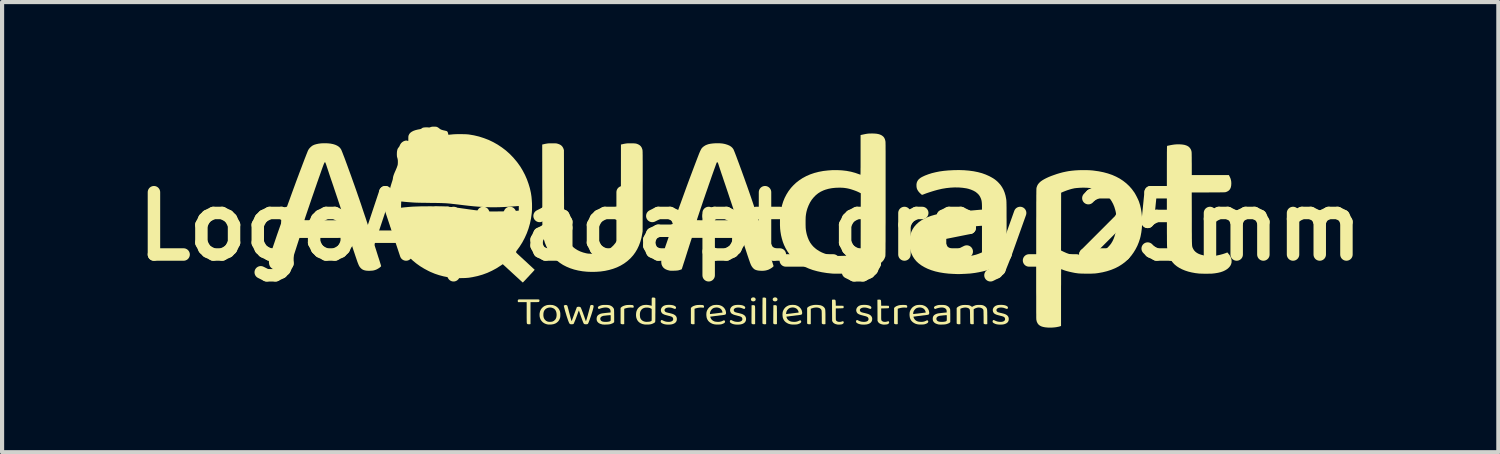
<source format=kicad_pcb>
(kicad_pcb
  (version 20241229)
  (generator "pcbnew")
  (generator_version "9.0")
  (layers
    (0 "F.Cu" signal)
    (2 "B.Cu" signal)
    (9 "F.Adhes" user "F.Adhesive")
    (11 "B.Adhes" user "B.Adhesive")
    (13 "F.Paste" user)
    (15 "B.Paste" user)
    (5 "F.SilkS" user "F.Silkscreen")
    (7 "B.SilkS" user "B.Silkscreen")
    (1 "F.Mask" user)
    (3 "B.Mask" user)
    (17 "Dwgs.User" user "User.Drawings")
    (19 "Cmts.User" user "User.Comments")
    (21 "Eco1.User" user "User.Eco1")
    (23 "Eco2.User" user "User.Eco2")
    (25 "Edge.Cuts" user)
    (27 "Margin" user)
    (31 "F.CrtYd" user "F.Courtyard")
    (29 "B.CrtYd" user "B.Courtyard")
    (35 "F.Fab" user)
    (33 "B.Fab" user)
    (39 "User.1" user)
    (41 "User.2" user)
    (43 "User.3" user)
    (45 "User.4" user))
  (footprint "LogoAquadapt_grey_25mm"
    (layer "F.Cu")
    (at 15.014 2.4)
    (property "Reference" "LogoAquadapt_grey_25mm" (at 0 0 0) (layer "F.SilkS") (effects (font (size 1.5 1.5) (thickness 0.3))))
    (attr board_only exclude_from_pos_files exclude_from_bom)
    (fp_poly (pts (xy 0.098 1.714) (xy 0.115 1.723) (xy 0.127 1.738) (xy 0.132 1.756) (xy 0.132 1.759) (xy 0.13 1.773) (xy 0.126 1.784) (xy 0.125 1.784) (xy 0.111 1.797) (xy 0.093 1.805) (xy 0.072 1.807) (xy 0.051 1.803) (xy 0.041 1.799) (xy 0.026 1.787) (xy 0.019 1.772) (xy 0.018 1.758) (xy 0.022 1.739) (xy 0.033 1.725) (xy 0.05 1.715) (xy 0.072 1.71) (xy 0.075 1.71)) (stroke (width 0) (type solid)) (fill yes) (layer "F.SilkS"))
    (fp_poly (pts (xy 0.622 1.714) (xy 0.64 1.723) (xy 0.652 1.738) (xy 0.657 1.756) (xy 0.657 1.759) (xy 0.655 1.773) (xy 0.65 1.784) (xy 0.65 1.784) (xy 0.636 1.797) (xy 0.617 1.805) (xy 0.596 1.807) (xy 0.576 1.803) (xy 0.566 1.799) (xy 0.551 1.787) (xy 0.544 1.772) (xy 0.542 1.758) (xy 0.546 1.739) (xy 0.557 1.725) (xy 0.574 1.715) (xy 0.596 1.71) (xy 0.6 1.71)) (stroke (width 0) (type solid)) (fill yes) (layer "F.SilkS"))
    (fp_poly (pts (xy 0.095 1.9) (xy 0.11 1.909) (xy 0.11 1.909) (xy 0.112 1.911) (xy 0.114 1.914) (xy 0.115 1.919) (xy 0.116 1.925) (xy 0.117 1.935) (xy 0.118 1.949) (xy 0.118 1.967) (xy 0.119 1.99) (xy 0.119 2.02) (xy 0.119 2.056) (xy 0.119 2.099) (xy 0.119 2.135) (xy 0.119 2.353) (xy 0.109 2.356) (xy 0.099 2.357) (xy 0.084 2.358) (xy 0.076 2.358) (xy 0.06 2.357) (xy 0.05 2.354) (xy 0.042 2.348) (xy 0.031 2.337) (xy 0.032 2.12) (xy 0.033 1.902) (xy 0.052 1.899) (xy 0.075 1.897)) (stroke (width 0) (type solid)) (fill yes) (layer "F.SilkS"))
    (fp_poly (pts (xy 0.62 1.9) (xy 0.635 1.909) (xy 0.635 1.909) (xy 0.637 1.911) (xy 0.639 1.914) (xy 0.64 1.919) (xy 0.641 1.925) (xy 0.642 1.935) (xy 0.642 1.949) (xy 0.643 1.967) (xy 0.643 1.99) (xy 0.643 2.02) (xy 0.644 2.056) (xy 0.644 2.099) (xy 0.644 2.135) (xy 0.644 2.353) (xy 0.634 2.356) (xy 0.624 2.357) (xy 0.609 2.358) (xy 0.6 2.358) (xy 0.585 2.357) (xy 0.574 2.354) (xy 0.566 2.348) (xy 0.555 2.337) (xy 0.556 2.12) (xy 0.558 1.902) (xy 0.577 1.899) (xy 0.6 1.897)) (stroke (width 0) (type solid)) (fill yes) (layer "F.SilkS"))
    (fp_poly (pts (xy 0.353 1.715) (xy 0.364 1.718) (xy 0.371 1.722) (xy 0.374 1.725) (xy 0.384 1.735) (xy 0.384 2.044) (xy 0.384 2.353) (xy 0.374 2.356) (xy 0.355 2.358) (xy 0.335 2.358) (xy 0.317 2.354) (xy 0.307 2.349) (xy 0.295 2.34) (xy 0.295 2.03) (xy 0.295 1.97) (xy 0.295 1.918) (xy 0.296 1.874) (xy 0.296 1.836) (xy 0.296 1.805) (xy 0.296 1.78) (xy 0.297 1.761) (xy 0.297 1.745) (xy 0.298 1.734) (xy 0.299 1.726) (xy 0.3 1.721) (xy 0.301 1.719) (xy 0.302 1.717) (xy 0.31 1.716) (xy 0.324 1.715) (xy 0.337 1.715)) (stroke (width 0) (type solid)) (fill yes) (layer "F.SilkS"))
    (fp_poly (pts (xy -2.877 1.893) (xy -2.857 1.894) (xy -2.843 1.895) (xy -2.833 1.896) (xy -2.826 1.898) (xy -2.821 1.901) (xy -2.818 1.903) (xy -2.809 1.913) (xy -2.805 1.927) (xy -2.805 1.929) (xy -2.805 1.944) (xy -2.808 1.953) (xy -2.817 1.958) (xy -2.832 1.959) (xy -2.847 1.957) (xy -2.882 1.955) (xy -2.922 1.958) (xy -2.962 1.964) (xy -2.997 1.973) (xy -3.033 1.984) (xy -3.033 2.169) (xy -3.033 2.353) (xy -3.043 2.356) (xy -3.062 2.358) (xy -3.082 2.358) (xy -3.099 2.354) (xy -3.109 2.349) (xy -3.121 2.34) (xy -3.121 2.153) (xy -3.121 1.966) (xy -3.108 1.952) (xy -3.09 1.937) (xy -3.064 1.922) (xy -3.031 1.909) (xy -3.012 1.903) (xy -2.998 1.9) (xy -2.984 1.897) (xy -2.968 1.895) (xy -2.95 1.894) (xy -2.926 1.893) (xy -2.904 1.893)) (stroke (width 0) (type solid)) (fill yes) (layer "F.SilkS"))
    (fp_poly (pts (xy -1.184 1.893) (xy -1.164 1.894) (xy -1.15 1.895) (xy -1.14 1.896) (xy -1.133 1.898) (xy -1.128 1.901) (xy -1.126 1.903) (xy -1.116 1.913) (xy -1.112 1.927) (xy -1.112 1.929) (xy -1.112 1.944) (xy -1.115 1.953) (xy -1.124 1.958) (xy -1.139 1.959) (xy -1.154 1.957) (xy -1.19 1.955) (xy -1.229 1.958) (xy -1.269 1.964) (xy -1.304 1.973) (xy -1.34 1.984) (xy -1.34 2.169) (xy -1.34 2.353) (xy -1.35 2.356) (xy -1.369 2.358) (xy -1.389 2.358) (xy -1.406 2.354) (xy -1.417 2.349) (xy -1.428 2.34) (xy -1.428 2.153) (xy -1.428 1.966) (xy -1.415 1.952) (xy -1.398 1.937) (xy -1.372 1.922) (xy -1.338 1.909) (xy -1.32 1.903) (xy -1.305 1.9) (xy -1.291 1.897) (xy -1.276 1.895) (xy -1.257 1.894) (xy -1.233 1.893) (xy -1.211 1.893)) (stroke (width 0) (type solid)) (fill yes) (layer "F.SilkS"))
    (fp_poly (pts (xy 3.709 1.893) (xy 3.729 1.894) (xy 3.743 1.895) (xy 3.753 1.896) (xy 3.76 1.898) (xy 3.765 1.901) (xy 3.768 1.903) (xy 3.777 1.913) (xy 3.781 1.927) (xy 3.781 1.929) (xy 3.781 1.944) (xy 3.778 1.953) (xy 3.769 1.958) (xy 3.754 1.959) (xy 3.739 1.957) (xy 3.704 1.955) (xy 3.664 1.958) (xy 3.624 1.964) (xy 3.589 1.973) (xy 3.553 1.984) (xy 3.553 2.169) (xy 3.553 2.353) (xy 3.543 2.356) (xy 3.524 2.358) (xy 3.504 2.358) (xy 3.487 2.354) (xy 3.476 2.349) (xy 3.465 2.34) (xy 3.465 2.153) (xy 3.465 1.966) (xy 3.478 1.952) (xy 3.496 1.937) (xy 3.521 1.922) (xy 3.555 1.909) (xy 3.573 1.903) (xy 3.588 1.9) (xy 3.602 1.897) (xy 3.617 1.895) (xy 3.636 1.894) (xy 3.66 1.893) (xy 3.682 1.893)) (stroke (width 0) (type solid)) (fill yes) (layer "F.SilkS"))
    (fp_poly (pts (xy -5.277 1.759) (xy -5.232 1.759) (xy -5.195 1.759) (xy -5.164 1.759) (xy -5.14 1.759) (xy -5.121 1.76) (xy -5.106 1.76) (xy -5.095 1.761) (xy -5.088 1.762) (xy -5.083 1.763) (xy -5.081 1.765) (xy -5.079 1.766) (xy -5.078 1.767) (xy -5.074 1.782) (xy -5.075 1.798) (xy -5.08 1.812) (xy -5.083 1.816) (xy -5.086 1.819) (xy -5.09 1.821) (xy -5.097 1.823) (xy -5.107 1.824) (xy -5.121 1.824) (xy -5.141 1.825) (xy -5.168 1.825) (xy -5.191 1.825) (xy -5.29 1.825) (xy -5.29 2.089) (xy -5.29 2.353) (xy -5.3 2.356) (xy -5.314 2.358) (xy -5.331 2.358) (xy -5.348 2.357) (xy -5.361 2.354) (xy -5.363 2.353) (xy -5.372 2.346) (xy -5.378 2.335) (xy -5.379 2.327) (xy -5.38 2.311) (xy -5.381 2.286) (xy -5.381 2.252) (xy -5.382 2.21) (xy -5.382 2.16) (xy -5.382 2.103) (xy -5.382 2.073) (xy -5.382 1.825) (xy -5.486 1.825) (xy -5.59 1.825) (xy -5.594 1.814) (xy -5.598 1.794) (xy -5.594 1.778) (xy -5.588 1.77) (xy -5.577 1.759) (xy -5.33 1.759)) (stroke (width 0) (type solid)) (fill yes) (layer "F.SilkS"))
    (fp_poly (pts (xy 1.638 1.893) (xy 1.669 1.897) (xy 1.696 1.902) (xy 1.707 1.905) (xy 1.742 1.921) (xy 1.769 1.94) (xy 1.786 1.959) (xy 1.792 1.968) (xy 1.797 1.977) (xy 1.802 1.986) (xy 1.805 1.998) (xy 1.807 2.011) (xy 1.809 2.029) (xy 1.81 2.051) (xy 1.811 2.078) (xy 1.812 2.111) (xy 1.812 2.152) (xy 1.812 2.187) (xy 1.812 2.353) (xy 1.802 2.356) (xy 1.792 2.357) (xy 1.777 2.358) (xy 1.769 2.358) (xy 1.753 2.357) (xy 1.743 2.354) (xy 1.734 2.348) (xy 1.724 2.337) (xy 1.724 2.188) (xy 1.723 2.141) (xy 1.723 2.103) (xy 1.722 2.072) (xy 1.721 2.049) (xy 1.72 2.033) (xy 1.718 2.023) (xy 1.718 2.022) (xy 1.707 1.999) (xy 1.689 1.981) (xy 1.665 1.967) (xy 1.636 1.958) (xy 1.604 1.954) (xy 1.568 1.955) (xy 1.53 1.961) (xy 1.491 1.973) (xy 1.49 1.973) (xy 1.459 1.985) (xy 1.459 2.169) (xy 1.459 2.353) (xy 1.449 2.356) (xy 1.43 2.358) (xy 1.41 2.358) (xy 1.393 2.354) (xy 1.383 2.349) (xy 1.371 2.34) (xy 1.371 2.153) (xy 1.371 1.965) (xy 1.387 1.949) (xy 1.405 1.935) (xy 1.43 1.922) (xy 1.46 1.91) (xy 1.493 1.901) (xy 1.507 1.898) (xy 1.536 1.893) (xy 1.569 1.891) (xy 1.604 1.891)) (stroke (width 0) (type solid)) (fill yes) (layer "F.SilkS"))
    (fp_poly (pts (xy 2.025 1.764) (xy 2.031 1.765) (xy 2.041 1.768) (xy 2.048 1.772) (xy 2.053 1.779) (xy 2.056 1.791) (xy 2.058 1.807) (xy 2.059 1.83) (xy 2.06 1.847) (xy 2.061 1.911) (xy 2.152 1.912) (xy 2.243 1.913) (xy 2.248 1.928) (xy 2.251 1.943) (xy 2.249 1.958) (xy 2.244 1.968) (xy 2.242 1.969) (xy 2.236 1.971) (xy 2.223 1.972) (xy 2.204 1.973) (xy 2.18 1.974) (xy 2.154 1.975) (xy 2.149 1.975) (xy 2.061 1.977) (xy 2.061 2.117) (xy 2.061 2.156) (xy 2.061 2.187) (xy 2.061 2.211) (xy 2.062 2.229) (xy 2.062 2.242) (xy 2.063 2.252) (xy 2.065 2.259) (xy 2.067 2.263) (xy 2.069 2.267) (xy 2.07 2.269) (xy 2.088 2.285) (xy 2.111 2.296) (xy 2.139 2.301) (xy 2.17 2.3) (xy 2.204 2.293) (xy 2.205 2.292) (xy 2.237 2.283) (xy 2.245 2.292) (xy 2.252 2.308) (xy 2.252 2.323) (xy 2.243 2.338) (xy 2.227 2.35) (xy 2.215 2.357) (xy 2.203 2.36) (xy 2.184 2.363) (xy 2.162 2.365) (xy 2.139 2.366) (xy 2.118 2.366) (xy 2.102 2.365) (xy 2.098 2.364) (xy 2.06 2.355) (xy 2.03 2.342) (xy 2.006 2.326) (xy 1.989 2.306) (xy 1.985 2.3) (xy 1.973 2.277) (xy 1.971 2.023) (xy 1.97 1.768) (xy 1.994 1.765) (xy 2.01 1.764)) (stroke (width 0) (type solid)) (fill yes) (layer "F.SilkS"))
    (fp_poly (pts (xy 3.119 1.764) (xy 3.124 1.765) (xy 3.134 1.768) (xy 3.141 1.772) (xy 3.146 1.779) (xy 3.15 1.791) (xy 3.151 1.807) (xy 3.152 1.83) (xy 3.153 1.847) (xy 3.154 1.911) (xy 3.245 1.912) (xy 3.336 1.913) (xy 3.341 1.928) (xy 3.344 1.943) (xy 3.342 1.958) (xy 3.337 1.968) (xy 3.335 1.969) (xy 3.33 1.971) (xy 3.316 1.972) (xy 3.297 1.973) (xy 3.274 1.974) (xy 3.247 1.975) (xy 3.242 1.975) (xy 3.154 1.977) (xy 3.154 2.117) (xy 3.154 2.156) (xy 3.154 2.187) (xy 3.154 2.211) (xy 3.155 2.229) (xy 3.156 2.242) (xy 3.157 2.252) (xy 3.158 2.259) (xy 3.16 2.263) (xy 3.162 2.267) (xy 3.163 2.269) (xy 3.181 2.285) (xy 3.204 2.296) (xy 3.232 2.301) (xy 3.263 2.3) (xy 3.297 2.293) (xy 3.298 2.292) (xy 3.33 2.283) (xy 3.338 2.292) (xy 3.346 2.308) (xy 3.345 2.323) (xy 3.337 2.338) (xy 3.321 2.35) (xy 3.308 2.357) (xy 3.296 2.36) (xy 3.277 2.363) (xy 3.255 2.365) (xy 3.233 2.366) (xy 3.212 2.366) (xy 3.195 2.365) (xy 3.192 2.364) (xy 3.153 2.355) (xy 3.123 2.342) (xy 3.099 2.326) (xy 3.082 2.306) (xy 3.079 2.3) (xy 3.066 2.277) (xy 3.065 2.023) (xy 3.063 1.768) (xy 3.087 1.765) (xy 3.104 1.764)) (stroke (width 0) (type solid)) (fill yes) (layer "F.SilkS"))
    (fp_poly (pts (xy -4.783 1.893) (xy -4.757 1.895) (xy -4.744 1.898) (xy -4.703 1.912) (xy -4.665 1.933) (xy -4.633 1.96) (xy -4.606 1.993) (xy -4.587 2.03) (xy -4.578 2.057) (xy -4.575 2.076) (xy -4.572 2.101) (xy -4.572 2.129) (xy -4.572 2.156) (xy -4.574 2.18) (xy -4.576 2.195) (xy -4.585 2.223) (xy -4.599 2.252) (xy -4.616 2.279) (xy -4.625 2.29) (xy -4.656 2.318) (xy -4.692 2.34) (xy -4.734 2.355) (xy -4.782 2.363) (xy -4.807 2.365) (xy -4.828 2.365) (xy -4.847 2.365) (xy -4.862 2.365) (xy -4.869 2.364) (xy -4.916 2.353) (xy -4.957 2.335) (xy -4.993 2.311) (xy -5.022 2.281) (xy -5.046 2.246) (xy -5.062 2.206) (xy -5.071 2.162) (xy -5.072 2.115) (xy -5.072 2.11) (xy -4.98 2.11) (xy -4.98 2.155) (xy -4.973 2.194) (xy -4.959 2.227) (xy -4.938 2.255) (xy -4.912 2.277) (xy -4.879 2.293) (xy -4.879 2.293) (xy -4.856 2.298) (xy -4.828 2.3) (xy -4.799 2.299) (xy -4.771 2.295) (xy -4.75 2.288) (xy -4.728 2.276) (xy -4.707 2.258) (xy -4.689 2.238) (xy -4.681 2.225) (xy -4.668 2.192) (xy -4.662 2.156) (xy -4.661 2.118) (xy -4.666 2.08) (xy -4.676 2.045) (xy -4.692 2.015) (xy -4.696 2.009) (xy -4.719 1.986) (xy -4.747 1.97) (xy -4.778 1.959) (xy -4.811 1.954) (xy -4.845 1.956) (xy -4.878 1.964) (xy -4.908 1.978) (xy -4.935 1.998) (xy -4.935 1.999) (xy -4.955 2.023) (xy -4.969 2.051) (xy -4.977 2.084) (xy -4.98 2.11) (xy -5.072 2.11) (xy -5.069 2.087) (xy -5.059 2.043) (xy -5.041 2.004) (xy -5.016 1.969) (xy -4.985 1.94) (xy -4.949 1.917) (xy -4.907 1.901) (xy -4.896 1.898) (xy -4.873 1.894) (xy -4.845 1.892) (xy -4.814 1.891)) (stroke (width 0) (type solid)) (fill yes) (layer "F.SilkS"))
    (fp_poly (pts (xy -1.915 1.892) (xy -1.882 1.896) (xy -1.854 1.902) (xy -1.829 1.911) (xy -1.821 1.915) (xy -1.8 1.928) (xy -1.789 1.943) (xy -1.785 1.959) (xy -1.79 1.975) (xy -1.796 1.984) (xy -1.803 1.988) (xy -1.814 1.988) (xy -1.83 1.984) (xy -1.847 1.977) (xy -1.891 1.962) (xy -1.933 1.955) (xy -1.972 1.955) (xy -2.008 1.961) (xy -2.027 1.969) (xy -2.047 1.982) (xy -2.059 1.998) (xy -2.063 2.016) (xy -2.059 2.036) (xy -2.054 2.044) (xy -2.048 2.052) (xy -2.041 2.059) (xy -2.03 2.066) (xy -2.015 2.071) (xy -1.994 2.077) (xy -1.967 2.084) (xy -1.951 2.087) (xy -1.911 2.097) (xy -1.879 2.106) (xy -1.852 2.115) (xy -1.831 2.126) (xy -1.813 2.137) (xy -1.803 2.145) (xy -1.783 2.168) (xy -1.771 2.194) (xy -1.766 2.224) (xy -1.766 2.233) (xy -1.769 2.265) (xy -1.781 2.294) (xy -1.8 2.318) (xy -1.826 2.337) (xy -1.86 2.352) (xy -1.895 2.361) (xy -1.919 2.364) (xy -1.949 2.366) (xy -1.98 2.366) (xy -2.009 2.365) (xy -2.023 2.364) (xy -2.06 2.358) (xy -2.093 2.348) (xy -2.122 2.335) (xy -2.143 2.32) (xy -2.143 2.32) (xy -2.153 2.306) (xy -2.156 2.29) (xy -2.153 2.274) (xy -2.144 2.261) (xy -2.138 2.257) (xy -2.132 2.256) (xy -2.123 2.257) (xy -2.109 2.263) (xy -2.1 2.268) (xy -2.071 2.281) (xy -2.046 2.29) (xy -2.021 2.296) (xy -1.994 2.299) (xy -1.981 2.3) (xy -1.944 2.3) (xy -1.912 2.295) (xy -1.887 2.285) (xy -1.869 2.272) (xy -1.857 2.255) (xy -1.854 2.234) (xy -1.856 2.219) (xy -1.86 2.206) (xy -1.867 2.195) (xy -1.877 2.185) (xy -1.892 2.176) (xy -1.913 2.168) (xy -1.94 2.16) (xy -1.974 2.152) (xy -1.984 2.149) (xy -2.03 2.137) (xy -2.068 2.125) (xy -2.097 2.111) (xy -2.118 2.097) (xy -2.127 2.087) (xy -2.143 2.06) (xy -2.15 2.032) (xy -2.15 2.003) (xy -2.142 1.976) (xy -2.127 1.951) (xy -2.105 1.929) (xy -2.081 1.913) (xy -2.058 1.904) (xy -2.034 1.897) (xy -2.005 1.893) (xy -1.97 1.891) (xy -1.955 1.891)) (stroke (width 0) (type solid)) (fill yes) (layer "F.SilkS"))
    (fp_poly (pts (xy -0.249 1.892) (xy -0.216 1.896) (xy -0.187 1.902) (xy -0.162 1.911) (xy -0.155 1.915) (xy -0.134 1.928) (xy -0.122 1.943) (xy -0.119 1.959) (xy -0.124 1.975) (xy -0.13 1.984) (xy -0.137 1.988) (xy -0.148 1.988) (xy -0.164 1.984) (xy -0.181 1.977) (xy -0.225 1.962) (xy -0.267 1.955) (xy -0.306 1.955) (xy -0.342 1.961) (xy -0.36 1.969) (xy -0.381 1.982) (xy -0.393 1.998) (xy -0.397 2.016) (xy -0.392 2.036) (xy -0.388 2.044) (xy -0.382 2.052) (xy -0.374 2.059) (xy -0.363 2.066) (xy -0.348 2.071) (xy -0.328 2.077) (xy -0.3 2.084) (xy -0.285 2.087) (xy -0.245 2.097) (xy -0.212 2.106) (xy -0.186 2.115) (xy -0.165 2.126) (xy -0.147 2.137) (xy -0.137 2.145) (xy -0.117 2.168) (xy -0.105 2.194) (xy -0.099 2.224) (xy -0.099 2.233) (xy -0.103 2.265) (xy -0.115 2.294) (xy -0.134 2.318) (xy -0.16 2.337) (xy -0.193 2.352) (xy -0.229 2.361) (xy -0.253 2.364) (xy -0.283 2.366) (xy -0.314 2.366) (xy -0.343 2.365) (xy -0.357 2.364) (xy -0.394 2.358) (xy -0.427 2.348) (xy -0.455 2.335) (xy -0.477 2.32) (xy -0.477 2.32) (xy -0.487 2.306) (xy -0.49 2.29) (xy -0.487 2.274) (xy -0.478 2.261) (xy -0.472 2.257) (xy -0.465 2.256) (xy -0.456 2.257) (xy -0.442 2.263) (xy -0.433 2.268) (xy -0.405 2.281) (xy -0.38 2.29) (xy -0.355 2.296) (xy -0.328 2.299) (xy -0.315 2.3) (xy -0.277 2.3) (xy -0.246 2.295) (xy -0.221 2.285) (xy -0.202 2.272) (xy -0.191 2.255) (xy -0.188 2.234) (xy -0.19 2.219) (xy -0.194 2.206) (xy -0.201 2.195) (xy -0.211 2.185) (xy -0.226 2.176) (xy -0.246 2.168) (xy -0.273 2.16) (xy -0.308 2.152) (xy -0.317 2.149) (xy -0.364 2.137) (xy -0.401 2.125) (xy -0.431 2.111) (xy -0.452 2.097) (xy -0.461 2.087) (xy -0.477 2.06) (xy -0.484 2.032) (xy -0.484 2.003) (xy -0.476 1.976) (xy -0.461 1.951) (xy -0.439 1.929) (xy -0.414 1.913) (xy -0.392 1.904) (xy -0.367 1.897) (xy -0.338 1.893) (xy -0.303 1.891) (xy -0.289 1.891)) (stroke (width 0) (type solid)) (fill yes) (layer "F.SilkS"))
    (fp_poly (pts (xy 2.788 1.892) (xy 2.821 1.896) (xy 2.85 1.902) (xy 2.875 1.911) (xy 2.883 1.915) (xy 2.903 1.928) (xy 2.915 1.943) (xy 2.918 1.959) (xy 2.914 1.975) (xy 2.908 1.984) (xy 2.9 1.988) (xy 2.889 1.988) (xy 2.874 1.984) (xy 2.856 1.977) (xy 2.812 1.962) (xy 2.77 1.955) (xy 2.731 1.955) (xy 2.696 1.961) (xy 2.677 1.969) (xy 2.657 1.982) (xy 2.644 1.998) (xy 2.64 2.016) (xy 2.645 2.036) (xy 2.649 2.044) (xy 2.655 2.052) (xy 2.663 2.059) (xy 2.674 2.066) (xy 2.689 2.071) (xy 2.709 2.077) (xy 2.737 2.084) (xy 2.752 2.087) (xy 2.792 2.097) (xy 2.825 2.106) (xy 2.851 2.115) (xy 2.873 2.126) (xy 2.89 2.137) (xy 2.9 2.145) (xy 2.92 2.168) (xy 2.933 2.194) (xy 2.938 2.224) (xy 2.938 2.233) (xy 2.934 2.265) (xy 2.922 2.294) (xy 2.903 2.318) (xy 2.877 2.337) (xy 2.844 2.352) (xy 2.809 2.361) (xy 2.784 2.364) (xy 2.754 2.366) (xy 2.723 2.366) (xy 2.694 2.365) (xy 2.68 2.364) (xy 2.644 2.358) (xy 2.61 2.348) (xy 2.582 2.335) (xy 2.561 2.32) (xy 2.56 2.32) (xy 2.551 2.306) (xy 2.548 2.29) (xy 2.551 2.274) (xy 2.56 2.261) (xy 2.565 2.257) (xy 2.572 2.256) (xy 2.581 2.257) (xy 2.595 2.263) (xy 2.604 2.268) (xy 2.633 2.281) (xy 2.658 2.29) (xy 2.682 2.296) (xy 2.71 2.299) (xy 2.722 2.3) (xy 2.76 2.3) (xy 2.792 2.295) (xy 2.817 2.285) (xy 2.835 2.272) (xy 2.846 2.255) (xy 2.85 2.234) (xy 2.848 2.219) (xy 2.843 2.206) (xy 2.837 2.195) (xy 2.826 2.185) (xy 2.811 2.176) (xy 2.791 2.168) (xy 2.764 2.16) (xy 2.73 2.152) (xy 2.72 2.149) (xy 2.674 2.137) (xy 2.636 2.125) (xy 2.607 2.111) (xy 2.586 2.097) (xy 2.576 2.087) (xy 2.561 2.06) (xy 2.553 2.032) (xy 2.554 2.003) (xy 2.562 1.976) (xy 2.577 1.951) (xy 2.599 1.929) (xy 2.623 1.913) (xy 2.645 1.904) (xy 2.67 1.897) (xy 2.699 1.893) (xy 2.734 1.891) (xy 2.748 1.891)) (stroke (width 0) (type solid)) (fill yes) (layer "F.SilkS"))
    (fp_poly (pts (xy 6.077 1.892) (xy 6.11 1.896) (xy 6.138 1.902) (xy 6.163 1.911) (xy 6.171 1.915) (xy 6.192 1.928) (xy 6.204 1.943) (xy 6.207 1.959) (xy 6.202 1.975) (xy 6.196 1.984) (xy 6.189 1.988) (xy 6.178 1.988) (xy 6.162 1.984) (xy 6.145 1.977) (xy 6.101 1.962) (xy 6.059 1.955) (xy 6.02 1.955) (xy 5.984 1.961) (xy 5.965 1.969) (xy 5.945 1.982) (xy 5.933 1.998) (xy 5.929 2.016) (xy 5.933 2.036) (xy 5.938 2.044) (xy 5.944 2.052) (xy 5.952 2.059) (xy 5.962 2.066) (xy 5.977 2.071) (xy 5.998 2.077) (xy 6.025 2.084) (xy 6.041 2.087) (xy 6.081 2.097) (xy 6.114 2.106) (xy 6.14 2.115) (xy 6.161 2.126) (xy 6.179 2.137) (xy 6.189 2.145) (xy 6.209 2.168) (xy 6.221 2.194) (xy 6.226 2.224) (xy 6.226 2.233) (xy 6.223 2.265) (xy 6.211 2.294) (xy 6.192 2.318) (xy 6.166 2.337) (xy 6.132 2.352) (xy 6.097 2.361) (xy 6.073 2.364) (xy 6.043 2.366) (xy 6.012 2.366) (xy 5.983 2.365) (xy 5.969 2.364) (xy 5.932 2.358) (xy 5.899 2.348) (xy 5.871 2.335) (xy 5.849 2.32) (xy 5.849 2.32) (xy 5.839 2.306) (xy 5.836 2.29) (xy 5.839 2.274) (xy 5.848 2.261) (xy 5.854 2.257) (xy 5.86 2.256) (xy 5.869 2.257) (xy 5.883 2.263) (xy 5.892 2.268) (xy 5.921 2.281) (xy 5.946 2.29) (xy 5.971 2.296) (xy 5.998 2.299) (xy 6.011 2.3) (xy 6.049 2.3) (xy 6.08 2.295) (xy 6.105 2.285) (xy 6.123 2.272) (xy 6.135 2.255) (xy 6.138 2.234) (xy 6.136 2.219) (xy 6.132 2.206) (xy 6.125 2.195) (xy 6.115 2.185) (xy 6.1 2.176) (xy 6.079 2.168) (xy 6.052 2.16) (xy 6.018 2.152) (xy 6.008 2.149) (xy 5.962 2.137) (xy 5.924 2.125) (xy 5.895 2.111) (xy 5.874 2.097) (xy 5.865 2.087) (xy 5.849 2.06) (xy 5.842 2.032) (xy 5.842 2.003) (xy 5.85 1.976) (xy 5.865 1.951) (xy 5.887 1.929) (xy 5.911 1.913) (xy 5.934 1.904) (xy 5.959 1.897) (xy 5.987 1.893) (xy 6.022 1.891) (xy 6.037 1.891)) (stroke (width 0) (type solid)) (fill yes) (layer "F.SilkS"))
    (fp_poly (pts (xy -2.33 1.715) (xy -2.314 1.715) (xy -2.303 1.718) (xy -2.296 1.722) (xy -2.293 1.725) (xy -2.283 1.735) (xy -2.283 2.014) (xy -2.283 2.072) (xy -2.284 2.121) (xy -2.284 2.163) (xy -2.284 2.198) (xy -2.284 2.226) (xy -2.285 2.25) (xy -2.285 2.268) (xy -2.286 2.282) (xy -2.287 2.292) (xy -2.288 2.299) (xy -2.289 2.304) (xy -2.29 2.305) (xy -2.298 2.315) (xy -2.313 2.325) (xy -2.333 2.336) (xy -2.356 2.346) (xy -2.38 2.354) (xy -2.387 2.356) (xy -2.406 2.36) (xy -2.431 2.363) (xy -2.46 2.365) (xy -2.489 2.365) (xy -2.517 2.365) (xy -2.54 2.363) (xy -2.546 2.363) (xy -2.595 2.352) (xy -2.637 2.335) (xy -2.672 2.312) (xy -2.701 2.284) (xy -2.723 2.25) (xy -2.739 2.21) (xy -2.745 2.185) (xy -2.749 2.15) (xy -2.749 2.139) (xy -2.656 2.139) (xy -2.654 2.168) (xy -2.65 2.194) (xy -2.646 2.209) (xy -2.629 2.239) (xy -2.606 2.263) (xy -2.577 2.282) (xy -2.542 2.294) (xy -2.522 2.298) (xy -2.497 2.3) (xy -2.469 2.299) (xy -2.441 2.297) (xy -2.417 2.294) (xy -2.405 2.29) (xy -2.391 2.285) (xy -2.381 2.28) (xy -2.377 2.278) (xy -2.376 2.275) (xy -2.374 2.267) (xy -2.373 2.254) (xy -2.372 2.235) (xy -2.372 2.209) (xy -2.372 2.176) (xy -2.372 2.135) (xy -2.372 2.131) (xy -2.372 1.989) (xy -2.382 1.983) (xy -2.413 1.967) (xy -2.451 1.958) (xy -2.486 1.956) (xy -2.528 1.958) (xy -2.564 1.968) (xy -2.594 1.984) (xy -2.618 2.006) (xy -2.638 2.036) (xy -2.648 2.06) (xy -2.653 2.082) (xy -2.656 2.109) (xy -2.656 2.139) (xy -2.749 2.139) (xy -2.749 2.113) (xy -2.745 2.077) (xy -2.74 2.052) (xy -2.725 2.012) (xy -2.703 1.976) (xy -2.674 1.946) (xy -2.64 1.922) (xy -2.6 1.904) (xy -2.579 1.898) (xy -2.536 1.892) (xy -2.489 1.891) (xy -2.44 1.897) (xy -2.391 1.908) (xy -2.382 1.911) (xy -2.372 1.914) (xy -2.372 1.817) (xy -2.372 1.785) (xy -2.372 1.76) (xy -2.371 1.741) (xy -2.369 1.729) (xy -2.366 1.721) (xy -2.361 1.717) (xy -2.353 1.715) (xy -2.343 1.715)) (stroke (width 0) (type solid)) (fill yes) (layer "F.SilkS"))
    (fp_poly (pts (xy 5.529 1.892) (xy 5.556 1.893) (xy 5.577 1.895) (xy 5.593 1.898) (xy 5.606 1.902) (xy 5.613 1.904) (xy 5.641 1.918) (xy 5.665 1.935) (xy 5.683 1.954) (xy 5.685 1.957) (xy 5.691 1.966) (xy 5.696 1.975) (xy 5.699 1.984) (xy 5.702 1.996) (xy 5.705 2.01) (xy 5.706 2.028) (xy 5.707 2.05) (xy 5.708 2.078) (xy 5.708 2.113) (xy 5.709 2.155) (xy 5.709 2.185) (xy 5.709 2.353) (xy 5.699 2.356) (xy 5.68 2.358) (xy 5.66 2.358) (xy 5.643 2.355) (xy 5.632 2.349) (xy 5.621 2.34) (xy 5.62 2.179) (xy 5.619 2.136) (xy 5.619 2.101) (xy 5.618 2.073) (xy 5.618 2.052) (xy 5.617 2.035) (xy 5.616 2.023) (xy 5.615 2.015) (xy 5.613 2.008) (xy 5.611 2.004) (xy 5.611 2.003) (xy 5.595 1.983) (xy 5.572 1.969) (xy 5.543 1.959) (xy 5.506 1.954) (xy 5.469 1.958) (xy 5.43 1.97) (xy 5.414 1.978) (xy 5.382 1.995) (xy 5.382 2.174) (xy 5.383 2.354) (xy 5.367 2.356) (xy 5.349 2.358) (xy 5.33 2.357) (xy 5.314 2.353) (xy 5.304 2.348) (xy 5.304 2.348) (xy 5.302 2.345) (xy 5.3 2.34) (xy 5.299 2.333) (xy 5.298 2.322) (xy 5.297 2.307) (xy 5.296 2.287) (xy 5.296 2.26) (xy 5.295 2.227) (xy 5.294 2.185) (xy 5.294 2.176) (xy 5.294 2.134) (xy 5.293 2.1) (xy 5.293 2.072) (xy 5.292 2.051) (xy 5.291 2.034) (xy 5.29 2.022) (xy 5.289 2.014) (xy 5.287 2.007) (xy 5.285 2.002) (xy 5.283 1.998) (xy 5.282 1.996) (xy 5.266 1.978) (xy 5.244 1.966) (xy 5.216 1.958) (xy 5.185 1.955) (xy 5.151 1.957) (xy 5.116 1.964) (xy 5.088 1.973) (xy 5.061 1.985) (xy 5.061 2.169) (xy 5.061 2.353) (xy 5.051 2.356) (xy 5.032 2.358) (xy 5.012 2.358) (xy 4.994 2.354) (xy 4.984 2.349) (xy 4.972 2.34) (xy 4.972 2.153) (xy 4.972 1.967) (xy 4.983 1.954) (xy 4.997 1.942) (xy 5.018 1.929) (xy 5.044 1.916) (xy 5.073 1.905) (xy 5.078 1.904) (xy 5.093 1.9) (xy 5.106 1.897) (xy 5.121 1.895) (xy 5.139 1.894) (xy 5.162 1.893) (xy 5.18 1.893) (xy 5.215 1.894) (xy 5.243 1.896) (xy 5.265 1.899) (xy 5.285 1.905) (xy 5.302 1.913) (xy 5.32 1.924) (xy 5.342 1.939) (xy 5.374 1.922) (xy 5.403 1.909) (xy 5.43 1.899) (xy 5.46 1.894) (xy 5.494 1.892)) (stroke (width 0) (type solid)) (fill yes) (layer "F.SilkS"))
    (fp_poly (pts (xy -3.459 1.892) (xy -3.43 1.894) (xy -3.404 1.897) (xy -3.385 1.901) (xy -3.383 1.901) (xy -3.349 1.916) (xy -3.321 1.935) (xy -3.299 1.959) (xy -3.283 1.985) (xy -3.28 1.996) (xy -3.279 2.005) (xy -3.278 2.022) (xy -3.277 2.045) (xy -3.276 2.075) (xy -3.276 2.11) (xy -3.275 2.148) (xy -3.275 2.159) (xy -3.275 2.306) (xy -3.286 2.317) (xy -3.301 2.328) (xy -3.323 2.339) (xy -3.35 2.349) (xy -3.372 2.356) (xy -3.39 2.359) (xy -3.414 2.362) (xy -3.442 2.364) (xy -3.472 2.365) (xy -3.502 2.366) (xy -3.528 2.365) (xy -3.549 2.364) (xy -3.556 2.363) (xy -3.597 2.352) (xy -3.632 2.338) (xy -3.659 2.319) (xy -3.676 2.3) (xy -3.689 2.279) (xy -3.696 2.255) (xy -3.698 2.227) (xy -3.697 2.215) (xy -3.61 2.215) (xy -3.609 2.237) (xy -3.603 2.255) (xy -3.592 2.272) (xy -3.574 2.285) (xy -3.551 2.294) (xy -3.52 2.299) (xy -3.482 2.301) (xy -3.481 2.301) (xy -3.449 2.3) (xy -3.422 2.297) (xy -3.406 2.294) (xy -3.389 2.29) (xy -3.377 2.286) (xy -3.368 2.28) (xy -3.363 2.273) (xy -3.36 2.261) (xy -3.359 2.244) (xy -3.359 2.22) (xy -3.359 2.206) (xy -3.359 2.18) (xy -3.359 2.162) (xy -3.36 2.15) (xy -3.361 2.142) (xy -3.363 2.139) (xy -3.366 2.138) (xy -3.367 2.138) (xy -3.377 2.138) (xy -3.395 2.14) (xy -3.417 2.142) (xy -3.442 2.144) (xy -3.468 2.147) (xy -3.492 2.15) (xy -3.513 2.152) (xy -3.53 2.154) (xy -3.538 2.156) (xy -3.566 2.165) (xy -3.587 2.178) (xy -3.602 2.195) (xy -3.61 2.215) (xy -3.697 2.215) (xy -3.697 2.214) (xy -3.692 2.184) (xy -3.681 2.159) (xy -3.663 2.138) (xy -3.645 2.126) (xy -3.632 2.118) (xy -3.62 2.112) (xy -3.607 2.107) (xy -3.592 2.102) (xy -3.574 2.098) (xy -3.553 2.094) (xy -3.527 2.091) (xy -3.495 2.087) (xy -3.456 2.083) (xy -3.416 2.079) (xy -3.361 2.074) (xy -3.362 2.046) (xy -3.364 2.029) (xy -3.367 2.014) (xy -3.37 2.007) (xy -3.386 1.985) (xy -3.408 1.969) (xy -3.436 1.959) (xy -3.47 1.954) (xy -3.508 1.955) (xy -3.55 1.962) (xy -3.596 1.974) (xy -3.603 1.977) (xy -3.646 1.992) (xy -3.657 1.98) (xy -3.666 1.965) (xy -3.668 1.95) (xy -3.66 1.937) (xy -3.645 1.924) (xy -3.623 1.913) (xy -3.593 1.903) (xy -3.571 1.897) (xy -3.548 1.894) (xy -3.52 1.892) (xy -3.49 1.892)) (stroke (width 0) (type solid)) (fill yes) (layer "F.SilkS"))
    (fp_poly (pts (xy 4.634 1.892) (xy 4.664 1.894) (xy 4.689 1.897) (xy 4.708 1.901) (xy 4.71 1.901) (xy 4.744 1.916) (xy 4.773 1.935) (xy 4.795 1.959) (xy 4.81 1.985) (xy 4.814 1.996) (xy 4.815 2.005) (xy 4.816 2.022) (xy 4.817 2.045) (xy 4.817 2.075) (xy 4.818 2.11) (xy 4.818 2.148) (xy 4.818 2.159) (xy 4.818 2.306) (xy 4.807 2.317) (xy 4.792 2.328) (xy 4.77 2.339) (xy 4.743 2.349) (xy 4.721 2.356) (xy 4.704 2.359) (xy 4.679 2.362) (xy 4.651 2.364) (xy 4.621 2.365) (xy 4.592 2.366) (xy 4.565 2.365) (xy 4.544 2.364) (xy 4.537 2.363) (xy 4.496 2.352) (xy 4.462 2.338) (xy 4.434 2.319) (xy 4.417 2.3) (xy 4.404 2.279) (xy 4.397 2.255) (xy 4.396 2.227) (xy 4.396 2.215) (xy 4.484 2.215) (xy 4.484 2.237) (xy 4.49 2.255) (xy 4.502 2.272) (xy 4.519 2.285) (xy 4.543 2.294) (xy 4.573 2.299) (xy 4.611 2.301) (xy 4.613 2.301) (xy 4.644 2.3) (xy 4.672 2.297) (xy 4.687 2.294) (xy 4.704 2.29) (xy 4.717 2.286) (xy 4.725 2.28) (xy 4.73 2.273) (xy 4.733 2.261) (xy 4.734 2.244) (xy 4.734 2.22) (xy 4.734 2.206) (xy 4.734 2.18) (xy 4.734 2.162) (xy 4.733 2.15) (xy 4.732 2.142) (xy 4.73 2.139) (xy 4.727 2.138) (xy 4.727 2.138) (xy 4.716 2.138) (xy 4.699 2.14) (xy 4.677 2.142) (xy 4.652 2.144) (xy 4.626 2.147) (xy 4.601 2.15) (xy 4.58 2.152) (xy 4.564 2.154) (xy 4.556 2.156) (xy 4.528 2.165) (xy 4.506 2.178) (xy 4.491 2.195) (xy 4.484 2.215) (xy 4.396 2.215) (xy 4.396 2.214) (xy 4.401 2.184) (xy 4.412 2.159) (xy 4.43 2.138) (xy 4.448 2.126) (xy 4.461 2.118) (xy 4.474 2.112) (xy 4.487 2.107) (xy 4.502 2.102) (xy 4.519 2.098) (xy 4.541 2.094) (xy 4.567 2.091) (xy 4.598 2.087) (xy 4.637 2.083) (xy 4.677 2.079) (xy 4.732 2.074) (xy 4.731 2.046) (xy 4.73 2.029) (xy 4.727 2.014) (xy 4.724 2.007) (xy 4.708 1.985) (xy 4.686 1.969) (xy 4.657 1.959) (xy 4.624 1.954) (xy 4.586 1.955) (xy 4.544 1.962) (xy 4.498 1.974) (xy 4.491 1.977) (xy 4.447 1.992) (xy 4.437 1.98) (xy 4.427 1.965) (xy 4.426 1.95) (xy 4.433 1.937) (xy 4.448 1.924) (xy 4.471 1.913) (xy 4.5 1.903) (xy 4.523 1.897) (xy 4.545 1.894) (xy 4.573 1.892) (xy 4.603 1.892)) (stroke (width 0) (type solid)) (fill yes) (layer "F.SilkS"))
    (fp_poly (pts (xy -0.775 1.893) (xy -0.75 1.895) (xy -0.739 1.898) (xy -0.698 1.912) (xy -0.662 1.933) (xy -0.632 1.96) (xy -0.609 1.991) (xy -0.592 2.027) (xy -0.589 2.039) (xy -0.583 2.069) (xy -0.582 2.094) (xy -0.587 2.111) (xy -0.592 2.118) (xy -0.595 2.121) (xy -0.598 2.123) (xy -0.601 2.126) (xy -0.606 2.128) (xy -0.614 2.129) (xy -0.624 2.131) (xy -0.638 2.134) (xy -0.657 2.136) (xy -0.682 2.14) (xy -0.713 2.143) (xy -0.751 2.148) (xy -0.795 2.154) (xy -0.832 2.158) (xy -0.866 2.162) (xy -0.897 2.166) (xy -0.922 2.17) (xy -0.942 2.172) (xy -0.955 2.174) (xy -0.96 2.175) (xy -0.96 2.175) (xy -0.961 2.182) (xy -0.958 2.193) (xy -0.952 2.207) (xy -0.944 2.222) (xy -0.938 2.233) (xy -0.918 2.256) (xy -0.892 2.275) (xy -0.863 2.289) (xy -0.858 2.29) (xy -0.844 2.294) (xy -0.824 2.297) (xy -0.801 2.299) (xy -0.789 2.3) (xy -0.751 2.3) (xy -0.718 2.295) (xy -0.686 2.286) (xy -0.66 2.274) (xy -0.643 2.266) (xy -0.632 2.263) (xy -0.624 2.263) (xy -0.618 2.268) (xy -0.613 2.273) (xy -0.605 2.289) (xy -0.606 2.304) (xy -0.614 2.319) (xy -0.631 2.333) (xy -0.656 2.345) (xy -0.687 2.356) (xy -0.69 2.357) (xy -0.709 2.361) (xy -0.734 2.363) (xy -0.763 2.365) (xy -0.793 2.365) (xy -0.821 2.364) (xy -0.845 2.362) (xy -0.854 2.361) (xy -0.881 2.355) (xy -0.903 2.349) (xy -0.922 2.341) (xy -0.942 2.331) (xy -0.943 2.331) (xy -0.979 2.307) (xy -1.008 2.279) (xy -1.03 2.245) (xy -1.046 2.207) (xy -1.051 2.181) (xy -1.055 2.149) (xy -1.056 2.116) (xy -1.055 2.103) (xy -0.969 2.103) (xy -0.968 2.11) (xy -0.965 2.112) (xy -0.964 2.112) (xy -0.958 2.111) (xy -0.945 2.11) (xy -0.924 2.107) (xy -0.899 2.104) (xy -0.869 2.101) (xy -0.835 2.097) (xy -0.814 2.094) (xy -0.779 2.09) (xy -0.748 2.086) (xy -0.72 2.082) (xy -0.697 2.08) (xy -0.68 2.078) (xy -0.67 2.076) (xy -0.668 2.076) (xy -0.667 2.073) (xy -0.668 2.063) (xy -0.672 2.05) (xy -0.677 2.035) (xy -0.68 2.028) (xy -0.697 2.001) (xy -0.72 1.98) (xy -0.748 1.965) (xy -0.78 1.956) (xy -0.815 1.953) (xy -0.851 1.958) (xy -0.867 1.962) (xy -0.883 1.968) (xy -0.897 1.975) (xy -0.91 1.985) (xy -0.924 1.998) (xy -0.942 2.02) (xy -0.955 2.041) (xy -0.964 2.066) (xy -0.968 2.091) (xy -0.969 2.103) (xy -1.055 2.103) (xy -1.054 2.085) (xy -1.05 2.059) (xy -1.05 2.059) (xy -1.035 2.018) (xy -1.013 1.982) (xy -0.985 1.95) (xy -0.951 1.925) (xy -0.913 1.906) (xy -0.886 1.898) (xy -0.862 1.894) (xy -0.834 1.892) (xy -0.804 1.891)) (stroke (width 0) (type solid)) (fill yes) (layer "F.SilkS"))
    (fp_poly (pts (xy 1.059 1.893) (xy 1.084 1.895) (xy 1.095 1.898) (xy 1.135 1.912) (xy 1.171 1.933) (xy 1.201 1.96) (xy 1.225 1.991) (xy 1.242 2.027) (xy 1.245 2.039) (xy 1.251 2.069) (xy 1.252 2.094) (xy 1.246 2.111) (xy 1.241 2.118) (xy 1.239 2.121) (xy 1.236 2.123) (xy 1.232 2.126) (xy 1.227 2.128) (xy 1.22 2.129) (xy 1.21 2.131) (xy 1.196 2.134) (xy 1.177 2.136) (xy 1.152 2.14) (xy 1.121 2.143) (xy 1.083 2.148) (xy 1.038 2.154) (xy 1.002 2.158) (xy 0.967 2.162) (xy 0.937 2.166) (xy 0.912 2.17) (xy 0.892 2.172) (xy 0.879 2.174) (xy 0.874 2.175) (xy 0.874 2.175) (xy 0.873 2.182) (xy 0.876 2.193) (xy 0.882 2.207) (xy 0.889 2.222) (xy 0.896 2.233) (xy 0.916 2.256) (xy 0.942 2.275) (xy 0.971 2.289) (xy 0.976 2.29) (xy 0.99 2.294) (xy 1.01 2.297) (xy 1.033 2.299) (xy 1.045 2.3) (xy 1.083 2.3) (xy 1.116 2.295) (xy 1.147 2.286) (xy 1.174 2.274) (xy 1.191 2.266) (xy 1.202 2.263) (xy 1.21 2.263) (xy 1.216 2.268) (xy 1.221 2.273) (xy 1.229 2.289) (xy 1.228 2.304) (xy 1.219 2.319) (xy 1.203 2.333) (xy 1.178 2.345) (xy 1.147 2.356) (xy 1.144 2.357) (xy 1.125 2.361) (xy 1.1 2.363) (xy 1.071 2.365) (xy 1.041 2.365) (xy 1.013 2.364) (xy 0.989 2.362) (xy 0.98 2.361) (xy 0.953 2.355) (xy 0.931 2.349) (xy 0.911 2.341) (xy 0.892 2.331) (xy 0.891 2.331) (xy 0.854 2.307) (xy 0.826 2.279) (xy 0.804 2.245) (xy 0.788 2.207) (xy 0.782 2.181) (xy 0.779 2.149) (xy 0.778 2.116) (xy 0.779 2.103) (xy 0.864 2.103) (xy 0.865 2.11) (xy 0.869 2.112) (xy 0.87 2.112) (xy 0.876 2.111) (xy 0.889 2.11) (xy 0.909 2.107) (xy 0.935 2.104) (xy 0.965 2.101) (xy 0.998 2.097) (xy 1.02 2.094) (xy 1.054 2.09) (xy 1.086 2.086) (xy 1.114 2.082) (xy 1.137 2.08) (xy 1.154 2.078) (xy 1.163 2.076) (xy 1.166 2.076) (xy 1.167 2.073) (xy 1.165 2.063) (xy 1.162 2.05) (xy 1.157 2.035) (xy 1.153 2.028) (xy 1.136 2.001) (xy 1.113 1.98) (xy 1.085 1.965) (xy 1.054 1.956) (xy 1.019 1.953) (xy 0.982 1.958) (xy 0.967 1.962) (xy 0.95 1.968) (xy 0.937 1.975) (xy 0.924 1.985) (xy 0.91 1.998) (xy 0.891 2.02) (xy 0.879 2.041) (xy 0.87 2.066) (xy 0.866 2.091) (xy 0.864 2.103) (xy 0.779 2.103) (xy 0.78 2.085) (xy 0.784 2.059) (xy 0.784 2.059) (xy 0.799 2.018) (xy 0.821 1.982) (xy 0.849 1.95) (xy 0.883 1.925) (xy 0.921 1.906) (xy 0.948 1.898) (xy 0.971 1.894) (xy 1 1.892) (xy 1.03 1.891)) (stroke (width 0) (type solid)) (fill yes) (layer "F.SilkS"))
    (fp_poly (pts (xy 4.118 1.893) (xy 4.143 1.895) (xy 4.154 1.898) (xy 4.195 1.912) (xy 4.231 1.933) (xy 4.261 1.96) (xy 4.284 1.991) (xy 4.301 2.027) (xy 4.304 2.039) (xy 4.31 2.069) (xy 4.311 2.094) (xy 4.306 2.111) (xy 4.301 2.118) (xy 4.298 2.121) (xy 4.295 2.123) (xy 4.292 2.126) (xy 4.287 2.128) (xy 4.279 2.129) (xy 4.269 2.131) (xy 4.255 2.134) (xy 4.236 2.136) (xy 4.211 2.14) (xy 4.181 2.143) (xy 4.143 2.148) (xy 4.098 2.154) (xy 4.061 2.158) (xy 4.027 2.162) (xy 3.997 2.166) (xy 3.971 2.17) (xy 3.951 2.172) (xy 3.938 2.174) (xy 3.933 2.175) (xy 3.933 2.175) (xy 3.932 2.182) (xy 3.935 2.193) (xy 3.941 2.207) (xy 3.949 2.222) (xy 3.955 2.233) (xy 3.975 2.256) (xy 4.001 2.275) (xy 4.031 2.289) (xy 4.035 2.29) (xy 4.049 2.294) (xy 4.069 2.297) (xy 4.092 2.299) (xy 4.104 2.3) (xy 4.142 2.3) (xy 4.175 2.295) (xy 4.207 2.286) (xy 4.233 2.274) (xy 4.25 2.266) (xy 4.261 2.263) (xy 4.269 2.263) (xy 4.275 2.268) (xy 4.28 2.273) (xy 4.288 2.289) (xy 4.287 2.304) (xy 4.279 2.319) (xy 4.262 2.333) (xy 4.238 2.345) (xy 4.206 2.356) (xy 4.203 2.357) (xy 4.184 2.361) (xy 4.159 2.363) (xy 4.13 2.365) (xy 4.1 2.365) (xy 4.072 2.364) (xy 4.048 2.362) (xy 4.039 2.361) (xy 4.012 2.355) (xy 3.99 2.349) (xy 3.971 2.341) (xy 3.951 2.331) (xy 3.95 2.331) (xy 3.914 2.307) (xy 3.885 2.279) (xy 3.863 2.245) (xy 3.847 2.207) (xy 3.842 2.181) (xy 3.838 2.149) (xy 3.837 2.116) (xy 3.838 2.103) (xy 3.924 2.103) (xy 3.925 2.11) (xy 3.929 2.112) (xy 3.929 2.112) (xy 3.935 2.111) (xy 3.949 2.11) (xy 3.969 2.107) (xy 3.994 2.104) (xy 4.024 2.101) (xy 4.058 2.097) (xy 4.079 2.094) (xy 4.114 2.09) (xy 4.145 2.086) (xy 4.173 2.082) (xy 4.196 2.08) (xy 4.213 2.078) (xy 4.223 2.076) (xy 4.225 2.076) (xy 4.226 2.073) (xy 4.225 2.063) (xy 4.221 2.05) (xy 4.216 2.035) (xy 4.213 2.028) (xy 4.196 2.001) (xy 4.173 1.98) (xy 4.145 1.965) (xy 4.113 1.956) (xy 4.078 1.953) (xy 4.042 1.958) (xy 4.027 1.962) (xy 4.01 1.968) (xy 3.996 1.975) (xy 3.983 1.985) (xy 3.969 1.998) (xy 3.951 2.02) (xy 3.938 2.041) (xy 3.929 2.066) (xy 3.925 2.091) (xy 3.924 2.103) (xy 3.838 2.103) (xy 3.839 2.085) (xy 3.843 2.059) (xy 3.843 2.059) (xy 3.858 2.018) (xy 3.88 1.982) (xy 3.908 1.95) (xy 3.942 1.925) (xy 3.98 1.906) (xy 4.007 1.898) (xy 4.031 1.894) (xy 4.059 1.892) (xy 4.089 1.891)) (stroke (width 0) (type solid)) (fill yes) (layer "F.SilkS"))
    (fp_poly (pts (xy -4.425 1.896) (xy -4.41 1.904) (xy -4.402 1.915) (xy -4.399 1.923) (xy -4.395 1.938) (xy -4.389 1.959) (xy -4.382 1.985) (xy -4.374 2.014) (xy -4.369 2.036) (xy -4.36 2.071) (xy -4.35 2.107) (xy -4.341 2.142) (xy -4.332 2.176) (xy -4.324 2.206) (xy -4.316 2.233) (xy -4.31 2.255) (xy -4.305 2.271) (xy -4.302 2.28) (xy -4.301 2.282) (xy -4.299 2.279) (xy -4.294 2.269) (xy -4.288 2.254) (xy -4.283 2.238) (xy -4.277 2.222) (xy -4.268 2.2) (xy -4.258 2.172) (xy -4.246 2.14) (xy -4.234 2.106) (xy -4.221 2.072) (xy -4.22 2.069) (xy -4.173 1.944) (xy -4.155 1.939) (xy -4.135 1.936) (xy -4.114 1.937) (xy -4.096 1.942) (xy -4.084 1.949) (xy -4.08 1.956) (xy -4.073 1.97) (xy -4.064 1.991) (xy -4.054 2.016) (xy -4.043 2.046) (xy -4.03 2.078) (xy -4.018 2.113) (xy -4.005 2.149) (xy -3.992 2.185) (xy -3.981 2.219) (xy -3.979 2.224) (xy -3.97 2.249) (xy -3.964 2.266) (xy -3.959 2.277) (xy -3.956 2.282) (xy -3.954 2.282) (xy -3.952 2.279) (xy -3.945 2.256) (xy -3.935 2.225) (xy -3.925 2.19) (xy -3.913 2.15) (xy -3.902 2.108) (xy -3.89 2.065) (xy -3.879 2.023) (xy -3.868 1.983) (xy -3.859 1.947) (xy -3.852 1.916) (xy -3.85 1.91) (xy -3.844 1.901) (xy -3.832 1.896) (xy -3.816 1.893) (xy -3.798 1.895) (xy -3.795 1.896) (xy -3.782 1.9) (xy -3.775 1.907) (xy -3.771 1.918) (xy -3.771 1.934) (xy -3.775 1.957) (xy -3.775 1.957) (xy -3.781 1.98) (xy -3.788 2.009) (xy -3.798 2.043) (xy -3.81 2.081) (xy -3.822 2.12) (xy -3.835 2.16) (xy -3.849 2.199) (xy -3.862 2.237) (xy -3.874 2.27) (xy -3.885 2.299) (xy -3.894 2.322) (xy -3.899 2.332) (xy -3.906 2.344) (xy -3.914 2.352) (xy -3.924 2.356) (xy -3.94 2.358) (xy -3.957 2.358) (xy -3.979 2.357) (xy -3.994 2.353) (xy -4.005 2.345) (xy -4.013 2.332) (xy -4.016 2.326) (xy -4.026 2.302) (xy -4.038 2.271) (xy -4.051 2.235) (xy -4.066 2.194) (xy -4.081 2.152) (xy -4.094 2.116) (xy -4.103 2.09) (xy -4.11 2.067) (xy -4.117 2.048) (xy -4.122 2.035) (xy -4.124 2.028) (xy -4.124 2.028) (xy -4.126 2.03) (xy -4.131 2.039) (xy -4.137 2.054) (xy -4.145 2.074) (xy -4.153 2.098) (xy -4.154 2.101) (xy -4.164 2.129) (xy -4.175 2.159) (xy -4.187 2.191) (xy -4.199 2.223) (xy -4.211 2.254) (xy -4.223 2.282) (xy -4.233 2.307) (xy -4.242 2.327) (xy -4.248 2.341) (xy -4.252 2.348) (xy -4.259 2.353) (xy -4.273 2.356) (xy -4.29 2.358) (xy -4.308 2.358) (xy -4.325 2.357) (xy -4.337 2.353) (xy -4.338 2.353) (xy -4.346 2.346) (xy -4.356 2.334) (xy -4.359 2.328) (xy -4.366 2.313) (xy -4.375 2.291) (xy -4.386 2.262) (xy -4.397 2.229) (xy -4.41 2.191) (xy -4.423 2.151) (xy -4.435 2.109) (xy -4.448 2.067) (xy -4.46 2.026) (xy -4.47 1.986) (xy -4.477 1.96) (xy -4.489 1.912) (xy -4.479 1.904) (xy -4.461 1.896) (xy -4.443 1.893)) (stroke (width 0) (type solid)) (fill yes) (layer "F.SilkS"))
    (fp_poly (pts (xy 10.372 -1.973) (xy 10.42 -1.968) (xy 10.463 -1.96) (xy 10.473 -1.957) (xy 10.516 -1.942) (xy 10.553 -1.921) (xy 10.582 -1.894) (xy 10.605 -1.862) (xy 10.621 -1.825) (xy 10.628 -1.794) (xy 10.629 -1.783) (xy 10.63 -1.764) (xy 10.631 -1.737) (xy 10.631 -1.703) (xy 10.632 -1.662) (xy 10.632 -1.616) (xy 10.632 -1.563) (xy 10.633 -1.505) (xy 10.633 -1.5) (xy 10.633 -1.234) (xy 11.08 -1.234) (xy 11.527 -1.234) (xy 11.547 -1.194) (xy 11.565 -1.154) (xy 11.576 -1.116) (xy 11.583 -1.077) (xy 11.585 -1.034) (xy 11.585 -1.032) (xy 11.582 -0.983) (xy 11.574 -0.942) (xy 11.56 -0.907) (xy 11.54 -0.877) (xy 11.514 -0.854) (xy 11.481 -0.835) (xy 11.461 -0.828) (xy 11.456 -0.826) (xy 11.451 -0.824) (xy 11.446 -0.823) (xy 11.439 -0.822) (xy 11.431 -0.821) (xy 11.421 -0.82) (xy 11.408 -0.82) (xy 11.391 -0.819) (xy 11.37 -0.818) (xy 11.345 -0.818) (xy 11.315 -0.818) (xy 11.279 -0.817) (xy 11.237 -0.817) (xy 11.188 -0.817) (xy 11.132 -0.817) (xy 11.068 -0.817) (xy 11.033 -0.816) (xy 10.632 -0.815) (xy 10.634 -0.182) (xy 10.634 -0.093) (xy 10.634 -0.012) (xy 10.634 0.06) (xy 10.634 0.126) (xy 10.635 0.184) (xy 10.635 0.235) (xy 10.635 0.281) (xy 10.636 0.321) (xy 10.636 0.355) (xy 10.637 0.385) (xy 10.638 0.411) (xy 10.639 0.432) (xy 10.64 0.45) (xy 10.641 0.466) (xy 10.643 0.478) (xy 10.645 0.489) (xy 10.647 0.498) (xy 10.65 0.506) (xy 10.652 0.513) (xy 10.656 0.52) (xy 10.659 0.527) (xy 10.663 0.535) (xy 10.666 0.542) (xy 10.689 0.579) (xy 10.719 0.611) (xy 10.757 0.64) (xy 10.802 0.664) (xy 10.854 0.683) (xy 10.914 0.698) (xy 10.969 0.707) (xy 11.004 0.711) (xy 11.044 0.713) (xy 11.086 0.714) (xy 11.126 0.713) (xy 11.163 0.712) (xy 11.184 0.71) (xy 11.248 0.7) (xy 11.316 0.685) (xy 11.383 0.667) (xy 11.446 0.646) (xy 11.447 0.645) (xy 11.49 0.629) (xy 11.509 0.651) (xy 11.543 0.693) (xy 11.568 0.736) (xy 11.584 0.779) (xy 11.592 0.822) (xy 11.591 0.866) (xy 11.59 0.874) (xy 11.58 0.91) (xy 11.565 0.943) (xy 11.543 0.974) (xy 11.523 0.996) (xy 11.484 1.03) (xy 11.439 1.058) (xy 11.387 1.083) (xy 11.329 1.103) (xy 11.263 1.119) (xy 11.19 1.131) (xy 11.135 1.137) (xy 11.113 1.139) (xy 11.085 1.14) (xy 11.051 1.14) (xy 11.013 1.141) (xy 10.973 1.141) (xy 10.934 1.141) (xy 10.896 1.14) (xy 10.861 1.139) (xy 10.832 1.138) (xy 10.809 1.137) (xy 10.809 1.137) (xy 10.718 1.126) (xy 10.631 1.11) (xy 10.549 1.09) (xy 10.472 1.065) (xy 10.4 1.035) (xy 10.335 1.002) (xy 10.276 0.964) (xy 10.225 0.923) (xy 10.207 0.906) (xy 10.164 0.858) (xy 10.128 0.806) (xy 10.098 0.749) (xy 10.074 0.688) (xy 10.056 0.62) (xy 10.043 0.547) (xy 10.038 0.486) (xy 10.037 0.475) (xy 10.037 0.454) (xy 10.036 0.425) (xy 10.036 0.388) (xy 10.035 0.343) (xy 10.035 0.289) (xy 10.035 0.228) (xy 10.034 0.159) (xy 10.034 0.083) (xy 10.034 -0.001) (xy 10.034 -0.092) (xy 10.034 -0.19) (xy 10.033 -0.295) (xy 10.033 -0.407) (xy 10.033 -0.525) (xy 10.033 -0.65) (xy 10.033 -0.757) (xy 10.033 -0.877) (xy 10.033 -0.99) (xy 10.033 -1.094) (xy 10.033 -1.19) (xy 10.033 -1.278) (xy 10.033 -1.359) (xy 10.033 -1.433) (xy 10.033 -1.501) (xy 10.033 -1.562) (xy 10.034 -1.618) (xy 10.034 -1.667) (xy 10.034 -1.711) (xy 10.034 -1.75) (xy 10.034 -1.785) (xy 10.035 -1.815) (xy 10.035 -1.84) (xy 10.035 -1.862) (xy 10.036 -1.88) (xy 10.036 -1.895) (xy 10.036 -1.908) (xy 10.037 -1.917) (xy 10.037 -1.924) (xy 10.038 -1.93) (xy 10.039 -1.933) (xy 10.039 -1.935) (xy 10.04 -1.937) (xy 10.041 -1.937) (xy 10.054 -1.941) (xy 10.075 -1.945) (xy 10.099 -1.95) (xy 10.127 -1.956) (xy 10.154 -1.961) (xy 10.18 -1.965) (xy 10.202 -1.968) (xy 10.215 -1.97) (xy 10.267 -1.974) (xy 10.32 -1.975)) (stroke (width 0) (type solid)) (fill yes) (layer "F.SilkS"))
    (fp_poly (pts (xy -2.836 -1.999) (xy -2.805 -1.998) (xy -2.779 -1.996) (xy -2.758 -1.994) (xy -2.739 -1.99) (xy -2.722 -1.984) (xy -2.704 -1.977) (xy -2.689 -1.97) (xy -2.657 -1.95) (xy -2.632 -1.925) (xy -2.612 -1.894) (xy -2.598 -1.856) (xy -2.594 -1.839) (xy -2.593 -1.835) (xy -2.593 -1.829) (xy -2.592 -1.821) (xy -2.591 -1.811) (xy -2.591 -1.799) (xy -2.59 -1.784) (xy -2.59 -1.765) (xy -2.59 -1.743) (xy -2.589 -1.718) (xy -2.589 -1.688) (xy -2.589 -1.653) (xy -2.589 -1.613) (xy -2.588 -1.569) (xy -2.588 -1.518) (xy -2.588 -1.462) (xy -2.588 -1.399) (xy -2.588 -1.33) (xy -2.588 -1.253) (xy -2.588 -1.17) (xy -2.588 -1.078) (xy -2.589 -0.979) (xy -2.589 -0.871) (xy -2.589 -0.843) (xy -2.59 0.121) (xy -2.6 0.18) (xy -2.62 0.281) (xy -2.647 0.377) (xy -2.681 0.467) (xy -2.721 0.551) (xy -2.768 0.629) (xy -2.821 0.701) (xy -2.882 0.769) (xy -2.949 0.83) (xy -3.023 0.886) (xy -3.044 0.9) (xy -3.123 0.947) (xy -3.208 0.988) (xy -3.299 1.022) (xy -3.395 1.05) (xy -3.496 1.072) (xy -3.601 1.087) (xy -3.71 1.095) (xy -3.822 1.097) (xy -3.928 1.093) (xy -4.037 1.082) (xy -4.141 1.064) (xy -4.24 1.04) (xy -4.335 1.009) (xy -4.423 0.972) (xy -4.507 0.929) (xy -4.584 0.879) (xy -4.655 0.823) (xy -4.692 0.789) (xy -4.757 0.721) (xy -4.814 0.647) (xy -4.864 0.569) (xy -4.907 0.486) (xy -4.943 0.398) (xy -4.971 0.306) (xy -4.983 0.249) (xy -4.986 0.238) (xy -4.988 0.227) (xy -4.99 0.218) (xy -4.992 0.208) (xy -4.993 0.199) (xy -4.995 0.189) (xy -4.996 0.179) (xy -4.998 0.167) (xy -4.999 0.154) (xy -5 0.139) (xy -5.001 0.122) (xy -5.002 0.102) (xy -5.002 0.079) (xy -5.003 0.053) (xy -5.003 0.024) (xy -5.004 -0.01) (xy -5.004 -0.047) (xy -5.005 -0.09) (xy -5.005 -0.137) (xy -5.005 -0.19) (xy -5.005 -0.249) (xy -5.006 -0.314) (xy -5.006 -0.385) (xy -5.006 -0.463) (xy -5.006 -0.548) (xy -5.006 -0.641) (xy -5.006 -0.741) (xy -5.006 -0.85) (xy -5.007 -0.922) (xy -5.008 -1.97) (xy -4.978 -1.976) (xy -4.945 -1.984) (xy -4.918 -1.989) (xy -4.895 -1.993) (xy -4.873 -1.996) (xy -4.85 -1.998) (xy -4.824 -1.999) (xy -4.793 -1.999) (xy -4.77 -1.999) (xy -4.735 -1.999) (xy -4.708 -1.999) (xy -4.687 -1.998) (xy -4.671 -1.997) (xy -4.658 -1.995) (xy -4.646 -1.992) (xy -4.642 -1.991) (xy -4.6 -1.977) (xy -4.567 -1.96) (xy -4.54 -1.939) (xy -4.518 -1.913) (xy -4.501 -1.882) (xy -4.495 -1.865) (xy -4.485 -1.836) (xy -4.483 -0.897) (xy -4.483 -0.788) (xy -4.482 -0.688) (xy -4.482 -0.596) (xy -4.482 -0.511) (xy -4.482 -0.434) (xy -4.481 -0.364) (xy -4.481 -0.3) (xy -4.481 -0.242) (xy -4.48 -0.191) (xy -4.48 -0.144) (xy -4.48 -0.103) (xy -4.479 -0.067) (xy -4.478 -0.034) (xy -4.478 -0.006) (xy -4.477 0.019) (xy -4.476 0.04) (xy -4.475 0.059) (xy -4.474 0.076) (xy -4.472 0.09) (xy -4.471 0.103) (xy -4.469 0.114) (xy -4.467 0.125) (xy -4.465 0.134) (xy -4.463 0.144) (xy -4.461 0.154) (xy -4.458 0.165) (xy -4.455 0.176) (xy -4.454 0.18) (xy -4.433 0.252) (xy -4.404 0.318) (xy -4.368 0.38) (xy -4.326 0.437) (xy -4.277 0.488) (xy -4.221 0.533) (xy -4.16 0.572) (xy -4.094 0.604) (xy -4.022 0.63) (xy -3.949 0.649) (xy -3.931 0.652) (xy -3.914 0.655) (xy -3.897 0.657) (xy -3.877 0.658) (xy -3.853 0.659) (xy -3.824 0.659) (xy -3.8 0.659) (xy -3.765 0.659) (xy -3.738 0.658) (xy -3.716 0.658) (xy -3.697 0.656) (xy -3.68 0.654) (xy -3.663 0.651) (xy -3.651 0.649) (xy -3.574 0.63) (xy -3.503 0.604) (xy -3.437 0.571) (xy -3.376 0.532) (xy -3.341 0.505) (xy -3.291 0.457) (xy -3.247 0.404) (xy -3.209 0.346) (xy -3.177 0.282) (xy -3.152 0.211) (xy -3.132 0.134) (xy -3.122 0.08) (xy -3.121 0.074) (xy -3.121 0.067) (xy -3.12 0.059) (xy -3.119 0.049) (xy -3.119 0.036) (xy -3.118 0.022) (xy -3.118 0.004) (xy -3.117 -0.016) (xy -3.117 -0.041) (xy -3.116 -0.069) (xy -3.116 -0.101) (xy -3.116 -0.138) (xy -3.115 -0.179) (xy -3.115 -0.226) (xy -3.115 -0.279) (xy -3.115 -0.337) (xy -3.114 -0.402) (xy -3.114 -0.474) (xy -3.114 -0.552) (xy -3.114 -0.638) (xy -3.114 -0.732) (xy -3.114 -0.833) (xy -3.113 -0.943) (xy -3.113 -0.968) (xy -3.112 -1.97) (xy -3.082 -1.976) (xy -3.05 -1.984) (xy -3.023 -1.989) (xy -2.999 -1.993) (xy -2.977 -1.996) (xy -2.954 -1.998) (xy -2.929 -1.999) (xy -2.898 -1.999) (xy -2.874 -1.999)) (stroke (width 0) (type solid)) (fill yes) (layer "F.SilkS"))
    (fp_poly (pts (xy 2.991 -2.234) (xy 3.042 -2.23) (xy 3.086 -2.222) (xy 3.123 -2.211) (xy 3.156 -2.196) (xy 3.176 -2.184) (xy 3.205 -2.161) (xy 3.227 -2.133) (xy 3.243 -2.1) (xy 3.254 -2.061) (xy 3.258 -2.035) (xy 3.258 -2.027) (xy 3.259 -2.01) (xy 3.259 -1.986) (xy 3.26 -1.954) (xy 3.26 -1.914) (xy 3.26 -1.867) (xy 3.261 -1.811) (xy 3.261 -1.746) (xy 3.261 -1.674) (xy 3.261 -1.593) (xy 3.261 -1.505) (xy 3.261 -1.407) (xy 3.261 -1.301) (xy 3.261 -1.187) (xy 3.261 -1.064) (xy 3.261 -0.933) (xy 3.261 -0.793) (xy 3.261 -0.646) (xy 3.261 -0.516) (xy 3.261 -0.395) (xy 3.261 -0.283) (xy 3.261 -0.178) (xy 3.261 -0.081) (xy 3.26 0.009) (xy 3.26 0.092) (xy 3.26 0.168) (xy 3.26 0.238) (xy 3.26 0.301) (xy 3.26 0.359) (xy 3.259 0.411) (xy 3.259 0.458) (xy 3.259 0.499) (xy 3.259 0.537) (xy 3.258 0.569) (xy 3.258 0.598) (xy 3.258 0.623) (xy 3.257 0.644) (xy 3.257 0.662) (xy 3.257 0.678) (xy 3.256 0.69) (xy 3.256 0.701) (xy 3.255 0.709) (xy 3.255 0.716) (xy 3.254 0.721) (xy 3.253 0.725) (xy 3.252 0.728) (xy 3.252 0.73) (xy 3.235 0.774) (xy 3.212 0.814) (xy 3.191 0.84) (xy 3.154 0.875) (xy 3.108 0.909) (xy 3.056 0.942) (xy 2.997 0.974) (xy 2.931 1.003) (xy 2.86 1.031) (xy 2.785 1.056) (xy 2.705 1.079) (xy 2.622 1.098) (xy 2.537 1.115) (xy 2.449 1.128) (xy 2.427 1.131) (xy 2.405 1.133) (xy 2.376 1.135) (xy 2.341 1.136) (xy 2.301 1.138) (xy 2.258 1.139) (xy 2.213 1.139) (xy 2.168 1.14) (xy 2.123 1.14) (xy 2.081 1.14) (xy 2.042 1.14) (xy 2.008 1.139) (xy 1.981 1.138) (xy 1.97 1.137) (xy 1.845 1.124) (xy 1.726 1.105) (xy 1.614 1.081) (xy 1.509 1.052) (xy 1.41 1.016) (xy 1.318 0.976) (xy 1.233 0.929) (xy 1.154 0.877) (xy 1.081 0.819) (xy 1.015 0.755) (xy 0.955 0.685) (xy 0.901 0.609) (xy 0.853 0.528) (xy 0.851 0.524) (xy 0.816 0.451) (xy 0.787 0.376) (xy 0.763 0.297) (xy 0.743 0.213) (xy 0.728 0.122) (xy 0.725 0.093) (xy 0.721 0.058) (xy 0.719 0.017) (xy 0.717 -0.029) (xy 0.717 -0.078) (xy 0.717 -0.093) (xy 1.334 -0.093) (xy 1.334 -0.043) (xy 1.335 -0.001) (xy 1.336 0.035) (xy 1.339 0.068) (xy 1.343 0.098) (xy 1.348 0.127) (xy 1.354 0.158) (xy 1.362 0.191) (xy 1.362 0.193) (xy 1.385 0.266) (xy 1.412 0.332) (xy 1.445 0.393) (xy 1.485 0.448) (xy 1.53 0.498) (xy 1.583 0.543) (xy 1.617 0.568) (xy 1.671 0.601) (xy 1.727 0.63) (xy 1.787 0.654) (xy 1.853 0.675) (xy 1.924 0.692) (xy 2.002 0.705) (xy 2.054 0.711) (xy 2.07 0.713) (xy 2.092 0.713) (xy 2.12 0.713) (xy 2.152 0.713) (xy 2.187 0.712) (xy 2.222 0.711) (xy 2.256 0.71) (xy 2.288 0.708) (xy 2.316 0.707) (xy 2.338 0.705) (xy 2.35 0.703) (xy 2.421 0.689) (xy 2.496 0.669) (xy 2.571 0.643) (xy 2.621 0.623) (xy 2.66 0.606) (xy 2.661 -0.095) (xy 2.663 -0.796) (xy 2.637 -0.81) (xy 2.604 -0.826) (xy 2.564 -0.844) (xy 2.52 -0.861) (xy 2.474 -0.877) (xy 2.428 -0.892) (xy 2.385 -0.904) (xy 2.35 -0.912) (xy 2.311 -0.919) (xy 2.276 -0.924) (xy 2.24 -0.928) (xy 2.203 -0.93) (xy 2.161 -0.931) (xy 2.14 -0.931) (xy 2.05 -0.928) (xy 1.966 -0.919) (xy 1.887 -0.904) (xy 1.813 -0.883) (xy 1.764 -0.865) (xy 1.698 -0.834) (xy 1.637 -0.796) (xy 1.58 -0.75) (xy 1.529 -0.698) (xy 1.482 -0.64) (xy 1.441 -0.575) (xy 1.407 -0.506) (xy 1.378 -0.432) (xy 1.362 -0.378) (xy 1.354 -0.345) (xy 1.348 -0.314) (xy 1.343 -0.285) (xy 1.339 -0.254) (xy 1.336 -0.222) (xy 1.335 -0.186) (xy 1.334 -0.144) (xy 1.334 -0.095) (xy 1.334 -0.093) (xy 0.717 -0.093) (xy 0.717 -0.128) (xy 0.718 -0.177) (xy 0.719 -0.223) (xy 0.722 -0.263) (xy 0.725 -0.289) (xy 0.741 -0.396) (xy 0.764 -0.497) (xy 0.793 -0.593) (xy 0.83 -0.684) (xy 0.874 -0.769) (xy 0.924 -0.849) (xy 0.982 -0.925) (xy 1.034 -0.982) (xy 1.104 -1.049) (xy 1.181 -1.109) (xy 1.263 -1.163) (xy 1.351 -1.21) (xy 1.445 -1.251) (xy 1.545 -1.285) (xy 1.65 -1.312) (xy 1.76 -1.333) (xy 1.876 -1.346) (xy 1.975 -1.353) (xy 2.095 -1.354) (xy 2.211 -1.348) (xy 2.322 -1.335) (xy 2.428 -1.315) (xy 2.53 -1.287) (xy 2.601 -1.262) (xy 2.621 -1.255) (xy 2.638 -1.249) (xy 2.65 -1.245) (xy 2.655 -1.243) (xy 2.655 -1.243) (xy 2.656 -1.247) (xy 2.656 -1.26) (xy 2.656 -1.28) (xy 2.657 -1.308) (xy 2.657 -1.342) (xy 2.657 -1.381) (xy 2.658 -1.427) (xy 2.658 -1.477) (xy 2.658 -1.531) (xy 2.658 -1.589) (xy 2.658 -1.651) (xy 2.658 -1.715) (xy 2.658 -1.721) (xy 2.658 -2.198) (xy 2.723 -2.212) (xy 2.761 -2.22) (xy 2.792 -2.226) (xy 2.819 -2.23) (xy 2.845 -2.233) (xy 2.872 -2.235) (xy 2.901 -2.235) (xy 2.934 -2.236)) (stroke (width 0) (type solid)) (fill yes) (layer "F.SilkS"))
    (fp_poly (pts (xy 8.086 -1.354) (xy 8.17 -1.351) (xy 8.25 -1.345) (xy 8.272 -1.342) (xy 8.393 -1.325) (xy 8.507 -1.302) (xy 8.614 -1.273) (xy 8.716 -1.238) (xy 8.811 -1.196) (xy 8.899 -1.149) (xy 8.981 -1.095) (xy 9.057 -1.035) (xy 9.127 -0.969) (xy 9.19 -0.898) (xy 9.247 -0.819) (xy 9.25 -0.816) (xy 9.268 -0.786) (xy 9.288 -0.75) (xy 9.308 -0.712) (xy 9.327 -0.673) (xy 9.345 -0.635) (xy 9.359 -0.601) (xy 9.364 -0.588) (xy 9.389 -0.508) (xy 9.409 -0.422) (xy 9.424 -0.331) (xy 9.433 -0.237) (xy 9.437 -0.141) (xy 9.436 -0.044) (xy 9.43 0.052) (xy 9.418 0.146) (xy 9.401 0.237) (xy 9.387 0.293) (xy 9.358 0.381) (xy 9.323 0.467) (xy 9.28 0.551) (xy 9.231 0.631) (xy 9.177 0.706) (xy 9.117 0.774) (xy 9.098 0.794) (xy 9.028 0.858) (xy 8.952 0.915) (xy 8.871 0.966) (xy 8.784 1.01) (xy 8.691 1.048) (xy 8.592 1.08) (xy 8.487 1.106) (xy 8.376 1.126) (xy 8.312 1.134) (xy 8.287 1.136) (xy 8.255 1.137) (xy 8.217 1.139) (xy 8.176 1.139) (xy 8.132 1.14) (xy 8.087 1.14) (xy 8.042 1.139) (xy 7.999 1.138) (xy 7.96 1.137) (xy 7.926 1.135) (xy 7.898 1.133) (xy 7.884 1.131) (xy 7.82 1.122) (xy 7.755 1.109) (xy 7.692 1.095) (xy 7.632 1.08) (xy 7.578 1.064) (xy 7.531 1.047) (xy 7.514 1.04) (xy 7.5 1.035) (xy 7.491 1.032) (xy 7.488 1.032) (xy 7.488 1.036) (xy 7.488 1.049) (xy 7.487 1.069) (xy 7.487 1.097) (xy 7.487 1.132) (xy 7.486 1.173) (xy 7.486 1.22) (xy 7.486 1.273) (xy 7.486 1.331) (xy 7.486 1.393) (xy 7.485 1.46) (xy 7.485 1.53) (xy 7.485 1.603) (xy 7.485 1.679) (xy 7.485 1.715) (xy 7.485 2.399) (xy 7.471 2.404) (xy 7.456 2.409) (xy 7.435 2.415) (xy 7.409 2.42) (xy 7.381 2.426) (xy 7.353 2.43) (xy 7.331 2.433) (xy 7.266 2.438) (xy 7.2 2.439) (xy 7.157 2.437) (xy 7.099 2.431) (xy 7.049 2.421) (xy 7.006 2.407) (xy 6.97 2.387) (xy 6.941 2.363) (xy 6.919 2.333) (xy 6.902 2.298) (xy 6.892 2.257) (xy 6.89 2.244) (xy 6.889 2.236) (xy 6.889 2.22) (xy 6.888 2.194) (xy 6.888 2.16) (xy 6.888 2.118) (xy 6.887 2.067) (xy 6.887 2.007) (xy 6.887 1.939) (xy 6.887 1.863) (xy 6.887 1.778) (xy 6.887 1.686) (xy 6.886 1.585) (xy 6.886 1.475) (xy 6.886 1.358) (xy 6.886 1.233) (xy 6.886 1.1) (xy 6.886 0.959) (xy 6.886 0.81) (xy 6.887 0.653) (xy 6.887 0.652) (xy 6.887 0.582) (xy 7.485 0.582) (xy 7.547 0.612) (xy 7.616 0.643) (xy 7.686 0.668) (xy 7.76 0.688) (xy 7.839 0.703) (xy 7.908 0.711) (xy 7.925 0.712) (xy 7.949 0.713) (xy 7.978 0.713) (xy 8.009 0.713) (xy 8.041 0.713) (xy 8.072 0.712) (xy 8.1 0.711) (xy 8.123 0.71) (xy 8.131 0.709) (xy 8.218 0.697) (xy 8.3 0.679) (xy 8.377 0.653) (xy 8.449 0.621) (xy 8.515 0.583) (xy 8.575 0.539) (xy 8.61 0.508) (xy 8.653 0.462) (xy 8.691 0.414) (xy 8.723 0.361) (xy 8.75 0.304) (xy 8.773 0.241) (xy 8.788 0.188) (xy 8.796 0.154) (xy 8.803 0.123) (xy 8.808 0.094) (xy 8.812 0.065) (xy 8.815 0.035) (xy 8.817 0.002) (xy 8.818 -0.036) (xy 8.818 -0.08) (xy 8.819 -0.112) (xy 8.818 -0.159) (xy 8.818 -0.199) (xy 8.817 -0.233) (xy 8.815 -0.262) (xy 8.812 -0.289) (xy 8.808 -0.315) (xy 8.803 -0.341) (xy 8.797 -0.37) (xy 8.792 -0.388) (xy 8.769 -0.466) (xy 8.739 -0.539) (xy 8.702 -0.607) (xy 8.66 -0.669) (xy 8.611 -0.725) (xy 8.557 -0.774) (xy 8.498 -0.817) (xy 8.444 -0.847) (xy 8.395 -0.869) (xy 8.338 -0.888) (xy 8.274 -0.904) (xy 8.205 -0.918) (xy 8.166 -0.924) (xy 8.124 -0.928) (xy 8.076 -0.93) (xy 8.024 -0.931) (xy 7.97 -0.93) (xy 7.916 -0.927) (xy 7.866 -0.923) (xy 7.82 -0.918) (xy 7.812 -0.917) (xy 7.775 -0.909) (xy 7.732 -0.899) (xy 7.686 -0.885) (xy 7.638 -0.87) (xy 7.592 -0.853) (xy 7.549 -0.836) (xy 7.534 -0.83) (xy 7.487 -0.809) (xy 7.486 -0.114) (xy 7.485 0.582) (xy 6.887 0.582) (xy 6.887 0.513) (xy 6.887 0.382) (xy 6.887 0.259) (xy 6.887 0.144) (xy 6.887 0.037) (xy 6.887 -0.063) (xy 6.887 -0.155) (xy 6.888 -0.241) (xy 6.888 -0.32) (xy 6.888 -0.392) (xy 6.888 -0.459) (xy 6.888 -0.52) (xy 6.888 -0.575) (xy 6.889 -0.625) (xy 6.889 -0.67) (xy 6.889 -0.71) (xy 6.889 -0.746) (xy 6.89 -0.777) (xy 6.89 -0.805) (xy 6.89 -0.829) (xy 6.891 -0.85) (xy 6.891 -0.868) (xy 6.891 -0.883) (xy 6.892 -0.895) (xy 6.892 -0.906) (xy 6.893 -0.914) (xy 6.893 -0.92) (xy 6.894 -0.925) (xy 6.895 -0.929) (xy 6.895 -0.932) (xy 6.896 -0.933) (xy 6.91 -0.975) (xy 6.93 -1.012) (xy 6.957 -1.045) (xy 6.991 -1.077) (xy 7.031 -1.106) (xy 7.076 -1.133) (xy 7.128 -1.16) (xy 7.186 -1.187) (xy 7.25 -1.213) (xy 7.317 -1.237) (xy 7.386 -1.261) (xy 7.457 -1.282) (xy 7.528 -1.301) (xy 7.598 -1.316) (xy 7.665 -1.329) (xy 7.667 -1.329) (xy 7.743 -1.339) (xy 7.825 -1.347) (xy 7.911 -1.352) (xy 7.999 -1.354)) (stroke (width 0) (type solid)) (fill yes) (layer "F.SilkS"))
    (fp_poly (pts (xy -0.735 -2) (xy -0.697 -1.997) (xy -0.661 -1.993) (xy -0.624 -1.986) (xy -0.595 -1.979) (xy -0.542 -1.962) (xy -0.496 -1.942) (xy -0.458 -1.917) (xy -0.427 -1.888) (xy -0.404 -1.856) (xy -0.402 -1.852) (xy -0.397 -1.841) (xy -0.389 -1.821) (xy -0.378 -1.795) (xy -0.365 -1.762) (xy -0.35 -1.723) (xy -0.333 -1.679) (xy -0.315 -1.63) (xy -0.295 -1.576) (xy -0.274 -1.52) (xy -0.252 -1.46) (xy -0.229 -1.398) (xy -0.205 -1.333) (xy -0.182 -1.268) (xy -0.158 -1.202) (xy -0.134 -1.136) (xy -0.111 -1.07) (xy -0.088 -1.006) (xy -0.068 -0.95) (xy -0.012 -0.79) (xy 0.045 -0.624) (xy 0.103 -0.452) (xy 0.163 -0.273) (xy 0.225 -0.088) (xy 0.288 0.104) (xy 0.354 0.304) (xy 0.421 0.512) (xy 0.49 0.728) (xy 0.518 0.813) (xy 0.564 0.959) (xy 0.55 0.973) (xy 0.533 0.989) (xy 0.51 1.005) (xy 0.484 1.021) (xy 0.457 1.035) (xy 0.436 1.045) (xy 0.397 1.057) (xy 0.357 1.066) (xy 0.313 1.07) (xy 0.263 1.07) (xy 0.256 1.07) (xy 0.208 1.067) (xy 0.168 1.06) (xy 0.134 1.05) (xy 0.105 1.036) (xy 0.08 1.016) (xy 0.057 0.991) (xy 0.037 0.963) (xy 0.032 0.955) (xy 0.027 0.946) (xy 0.023 0.937) (xy 0.018 0.927) (xy 0.012 0.915) (xy 0.007 0.901) (xy -0.000061 0.884) (xy -0.008 0.863) (xy -0.016 0.838) (xy -0.027 0.808) (xy -0.039 0.773) (xy -0.053 0.731) (xy -0.069 0.684) (xy -0.087 0.628) (xy -0.105 0.573) (xy -0.202 0.28) (xy -0.804 0.279) (xy -1.405 0.278) (xy -1.419 0.318) (xy -1.422 0.33) (xy -1.429 0.348) (xy -1.437 0.374) (xy -1.447 0.406) (xy -1.459 0.442) (xy -1.472 0.483) (xy -1.486 0.527) (xy -1.501 0.574) (xy -1.517 0.623) (xy -1.523 0.644) (xy -1.539 0.693) (xy -1.554 0.742) (xy -1.569 0.789) (xy -1.583 0.832) (xy -1.596 0.872) (xy -1.608 0.908) (xy -1.617 0.938) (xy -1.625 0.961) (xy -1.63 0.977) (xy -1.631 0.981) (xy -1.649 1.034) (xy -1.678 1.045) (xy -1.698 1.051) (xy -1.72 1.057) (xy -1.734 1.061) (xy -1.749 1.063) (xy -1.771 1.065) (xy -1.797 1.067) (xy -1.826 1.068) (xy -1.855 1.069) (xy -1.883 1.069) (xy -1.908 1.069) (xy -1.927 1.068) (xy -1.936 1.067) (xy -1.987 1.054) (xy -2.031 1.037) (xy -2.068 1.014) (xy -2.097 0.987) (xy -2.119 0.954) (xy -2.134 0.917) (xy -2.141 0.875) (xy -2.141 0.828) (xy -2.136 0.789) (xy -2.133 0.774) (xy -2.127 0.752) (xy -2.118 0.722) (xy -2.106 0.685) (xy -2.093 0.642) (xy -2.077 0.593) (xy -2.059 0.539) (xy -2.04 0.48) (xy -2.018 0.417) (xy -1.995 0.35) (xy -1.971 0.28) (xy -1.946 0.206) (xy -1.919 0.131) (xy -1.91 0.104) (xy -1.842 -0.09) (xy -1.821 -0.148) (xy -1.284 -0.148) (xy -1.279 -0.148) (xy -1.266 -0.147) (xy -1.246 -0.147) (xy -1.219 -0.147) (xy -1.186 -0.146) (xy -1.148 -0.146) (xy -1.105 -0.146) (xy -1.058 -0.146) (xy -1.008 -0.146) (xy -0.955 -0.146) (xy -0.9 -0.146) (xy -0.845 -0.146) (xy -0.788 -0.146) (xy -0.732 -0.146) (xy -0.676 -0.146) (xy -0.622 -0.146) (xy -0.571 -0.146) (xy -0.522 -0.146) (xy -0.477 -0.146) (xy -0.436 -0.146) (xy -0.4 -0.147) (xy -0.369 -0.147) (xy -0.345 -0.147) (xy -0.328 -0.148) (xy -0.319 -0.148) (xy -0.317 -0.148) (xy -0.319 -0.153) (xy -0.323 -0.166) (xy -0.329 -0.187) (xy -0.338 -0.214) (xy -0.349 -0.247) (xy -0.361 -0.285) (xy -0.376 -0.329) (xy -0.392 -0.377) (xy -0.409 -0.429) (xy -0.427 -0.484) (xy -0.446 -0.541) (xy -0.466 -0.601) (xy -0.487 -0.663) (xy -0.508 -0.726) (xy -0.529 -0.789) (xy -0.55 -0.852) (xy -0.571 -0.914) (xy -0.589 -0.968) (xy -0.609 -1.027) (xy -0.629 -1.085) (xy -0.648 -1.142) (xy -0.666 -1.197) (xy -0.684 -1.248) (xy -0.7 -1.296) (xy -0.714 -1.339) (xy -0.727 -1.377) (xy -0.737 -1.409) (xy -0.746 -1.434) (xy -0.751 -1.452) (xy -0.751 -1.452) (xy -0.761 -1.482) (xy -0.768 -1.504) (xy -0.774 -1.52) (xy -0.778 -1.53) (xy -0.782 -1.537) (xy -0.785 -1.54) (xy -0.789 -1.541) (xy -0.792 -1.542) (xy -0.797 -1.542) (xy -0.801 -1.541) (xy -0.804 -1.537) (xy -0.809 -1.529) (xy -0.814 -1.516) (xy -0.821 -1.497) (xy -0.828 -1.478) (xy -0.845 -1.43) (xy -0.864 -1.378) (xy -0.884 -1.322) (xy -0.905 -1.263) (xy -0.927 -1.201) (xy -0.949 -1.137) (xy -0.972 -1.071) (xy -0.996 -1.003) (xy -1.019 -0.935) (xy -1.043 -0.866) (xy -1.067 -0.798) (xy -1.09 -0.73) (xy -1.113 -0.664) (xy -1.135 -0.6) (xy -1.156 -0.537) (xy -1.176 -0.478) (xy -1.195 -0.422) (xy -1.213 -0.369) (xy -1.229 -0.321) (xy -1.243 -0.278) (xy -1.256 -0.24) (xy -1.266 -0.208) (xy -1.275 -0.182) (xy -1.28 -0.163) (xy -1.283 -0.152) (xy -1.284 -0.148) (xy -1.821 -0.148) (xy -1.776 -0.276) (xy -1.712 -0.456) (xy -1.649 -0.629) (xy -1.588 -0.797) (xy -1.529 -0.96) (xy -1.47 -1.12) (xy -1.411 -1.276) (xy -1.353 -1.43) (xy -1.295 -1.583) (xy -1.274 -1.638) (xy -1.254 -1.689) (xy -1.237 -1.734) (xy -1.222 -1.771) (xy -1.208 -1.803) (xy -1.196 -1.829) (xy -1.184 -1.851) (xy -1.174 -1.869) (xy -1.163 -1.884) (xy -1.151 -1.897) (xy -1.139 -1.908) (xy -1.126 -1.919) (xy -1.112 -1.929) (xy -1.079 -1.95) (xy -1.042 -1.966) (xy -1 -1.98) (xy -0.953 -1.989) (xy -0.899 -1.996) (xy -0.837 -2) (xy -0.826 -2) (xy -0.777 -2.001)) (stroke (width 0) (type solid)) (fill yes) (layer "F.SilkS"))
    (fp_poly (pts (xy 5.154 -1.351) (xy 5.271 -1.341) (xy 5.381 -1.326) (xy 5.485 -1.305) (xy 5.582 -1.279) (xy 5.673 -1.246) (xy 5.758 -1.208) (xy 5.81 -1.18) (xy 5.853 -1.155) (xy 5.89 -1.13) (xy 5.923 -1.104) (xy 5.956 -1.075) (xy 5.973 -1.058) (xy 6.022 -1.004) (xy 6.063 -0.946) (xy 6.098 -0.883) (xy 6.126 -0.814) (xy 6.148 -0.74) (xy 6.164 -0.659) (xy 6.168 -0.63) (xy 6.169 -0.622) (xy 6.169 -0.61) (xy 6.17 -0.595) (xy 6.171 -0.576) (xy 6.171 -0.552) (xy 6.172 -0.524) (xy 6.172 -0.49) (xy 6.173 -0.451) (xy 6.173 -0.406) (xy 6.173 -0.355) (xy 6.173 -0.297) (xy 6.173 -0.232) (xy 6.174 -0.159) (xy 6.174 -0.079) (xy 6.174 0.01) (xy 6.174 0.066) (xy 6.174 0.156) (xy 6.174 0.238) (xy 6.174 0.312) (xy 6.174 0.378) (xy 6.174 0.437) (xy 6.173 0.49) (xy 6.173 0.536) (xy 6.173 0.577) (xy 6.172 0.612) (xy 6.172 0.643) (xy 6.171 0.669) (xy 6.17 0.691) (xy 6.169 0.71) (xy 6.168 0.725) (xy 6.167 0.738) (xy 6.165 0.749) (xy 6.163 0.758) (xy 6.161 0.766) (xy 6.159 0.772) (xy 6.156 0.779) (xy 6.153 0.785) (xy 6.149 0.792) (xy 6.146 0.798) (xy 6.134 0.818) (xy 6.115 0.841) (xy 6.091 0.865) (xy 6.064 0.888) (xy 6.034 0.911) (xy 6.026 0.916) (xy 5.97 0.95) (xy 5.907 0.982) (xy 5.836 1.012) (xy 5.76 1.039) (xy 5.678 1.065) (xy 5.592 1.087) (xy 5.502 1.106) (xy 5.41 1.122) (xy 5.316 1.134) (xy 5.305 1.135) (xy 5.288 1.137) (xy 5.264 1.138) (xy 5.236 1.14) (xy 5.205 1.142) (xy 5.172 1.144) (xy 5.138 1.145) (xy 5.104 1.147) (xy 5.073 1.148) (xy 5.046 1.149) (xy 5.023 1.15) (xy 5.007 1.15) (xy 4.999 1.15) (xy 4.993 1.149) (xy 4.979 1.149) (xy 4.959 1.148) (xy 4.935 1.147) (xy 4.908 1.146) (xy 4.902 1.146) (xy 4.78 1.139) (xy 4.666 1.126) (xy 4.557 1.108) (xy 4.456 1.085) (xy 4.362 1.056) (xy 4.274 1.022) (xy 4.194 0.983) (xy 4.12 0.939) (xy 4.054 0.889) (xy 4.051 0.887) (xy 3.999 0.838) (xy 3.954 0.783) (xy 3.915 0.723) (xy 3.884 0.659) (xy 3.86 0.59) (xy 3.846 0.527) (xy 3.842 0.498) (xy 3.839 0.463) (xy 3.838 0.424) (xy 3.837 0.383) (xy 3.837 0.381) (xy 4.429 0.381) (xy 4.432 0.434) (xy 4.444 0.483) (xy 4.463 0.528) (xy 4.489 0.568) (xy 4.515 0.597) (xy 4.549 0.625) (xy 4.588 0.65) (xy 4.632 0.673) (xy 4.677 0.691) (xy 4.7 0.698) (xy 4.76 0.712) (xy 4.827 0.723) (xy 4.899 0.731) (xy 4.976 0.735) (xy 5.056 0.735) (xy 5.133 0.732) (xy 5.214 0.725) (xy 5.292 0.714) (xy 5.366 0.7) (xy 5.435 0.683) (xy 5.497 0.662) (xy 5.547 0.642) (xy 5.581 0.627) (xy 5.581 0.307) (xy 5.581 -0.013) (xy 5.569 -0.013) (xy 5.562 -0.013) (xy 5.547 -0.012) (xy 5.524 -0.01) (xy 5.495 -0.008) (xy 5.461 -0.005) (xy 5.423 -0.001) (xy 5.381 0.002) (xy 5.336 0.006) (xy 5.289 0.01) (xy 5.242 0.015) (xy 5.194 0.019) (xy 5.147 0.023) (xy 5.101 0.027) (xy 5.058 0.031) (xy 5.019 0.035) (xy 4.983 0.038) (xy 4.953 0.041) (xy 4.928 0.044) (xy 4.91 0.046) (xy 4.902 0.047) (xy 4.83 0.057) (xy 4.763 0.071) (xy 4.701 0.086) (xy 4.645 0.105) (xy 4.596 0.125) (xy 4.555 0.147) (xy 4.523 0.169) (xy 4.489 0.202) (xy 4.463 0.238) (xy 4.445 0.278) (xy 4.433 0.323) (xy 4.429 0.373) (xy 4.429 0.381) (xy 3.837 0.381) (xy 3.838 0.343) (xy 3.84 0.305) (xy 3.843 0.273) (xy 3.846 0.258) (xy 3.862 0.189) (xy 3.884 0.125) (xy 3.913 0.067) (xy 3.949 0.012) (xy 3.993 -0.039) (xy 4.007 -0.053) (xy 4.061 -0.102) (xy 4.124 -0.146) (xy 4.194 -0.185) (xy 4.271 -0.221) (xy 4.356 -0.252) (xy 4.449 -0.279) (xy 4.549 -0.301) (xy 4.646 -0.317) (xy 4.657 -0.319) (xy 4.677 -0.321) (xy 4.703 -0.323) (xy 4.736 -0.327) (xy 4.774 -0.33) (xy 4.817 -0.334) (xy 4.864 -0.339) (xy 4.914 -0.344) (xy 4.967 -0.349) (xy 5.022 -0.354) (xy 5.078 -0.359) (xy 5.134 -0.364) (xy 5.19 -0.369) (xy 5.245 -0.374) (xy 5.298 -0.379) (xy 5.348 -0.383) (xy 5.395 -0.387) (xy 5.438 -0.391) (xy 5.476 -0.394) (xy 5.508 -0.397) (xy 5.534 -0.399) (xy 5.553 -0.4) (xy 5.565 -0.401) (xy 5.567 -0.401) (xy 5.581 -0.401) (xy 5.581 -0.484) (xy 5.58 -0.526) (xy 5.578 -0.561) (xy 5.575 -0.591) (xy 5.571 -0.617) (xy 5.564 -0.643) (xy 5.557 -0.665) (xy 5.536 -0.712) (xy 5.508 -0.756) (xy 5.471 -0.794) (xy 5.428 -0.829) (xy 5.376 -0.858) (xy 5.318 -0.883) (xy 5.253 -0.904) (xy 5.205 -0.915) (xy 5.116 -0.928) (xy 5.023 -0.936) (xy 4.926 -0.937) (xy 4.826 -0.932) (xy 4.723 -0.921) (xy 4.62 -0.904) (xy 4.516 -0.88) (xy 4.479 -0.87) (xy 4.436 -0.858) (xy 4.39 -0.844) (xy 4.342 -0.829) (xy 4.296 -0.814) (xy 4.252 -0.799) (xy 4.214 -0.785) (xy 4.195 -0.778) (xy 4.176 -0.77) (xy 4.158 -0.764) (xy 4.146 -0.76) (xy 4.139 -0.758) (xy 4.132 -0.761) (xy 4.12 -0.77) (xy 4.106 -0.783) (xy 4.09 -0.798) (xy 4.074 -0.814) (xy 4.059 -0.831) (xy 4.047 -0.847) (xy 4.046 -0.848) (xy 4.028 -0.877) (xy 4.015 -0.905) (xy 4.008 -0.934) (xy 4.004 -0.967) (xy 4.004 -0.97) (xy 4.004 -1.013) (xy 4.011 -1.051) (xy 4.024 -1.084) (xy 4.043 -1.115) (xy 4.062 -1.135) (xy 4.085 -1.155) (xy 4.111 -1.174) (xy 4.142 -1.191) (xy 4.179 -1.209) (xy 4.209 -1.223) (xy 4.291 -1.254) (xy 4.376 -1.281) (xy 4.467 -1.303) (xy 4.562 -1.322) (xy 4.663 -1.336) (xy 4.771 -1.346) (xy 4.886 -1.352) (xy 4.901 -1.353) (xy 5.031 -1.355)) (stroke (width 0) (type solid)) (fill yes) (layer "F.SilkS"))
    (fp_poly (pts (xy -10.171 -1.999) (xy -10.104 -1.992) (xy -10.044 -1.98) (xy -9.992 -1.964) (xy -9.946 -1.943) (xy -9.907 -1.918) (xy -9.876 -1.889) (xy -9.853 -1.855) (xy -9.851 -1.852) (xy -9.844 -1.838) (xy -9.835 -1.816) (xy -9.823 -1.787) (xy -9.809 -1.751) (xy -9.793 -1.709) (xy -9.774 -1.661) (xy -9.754 -1.608) (xy -9.733 -1.55) (xy -9.71 -1.488) (xy -9.686 -1.422) (xy -9.661 -1.353) (xy -9.635 -1.282) (xy -9.608 -1.208) (xy -9.581 -1.132) (xy -9.554 -1.056) (xy -9.526 -0.978) (xy -9.499 -0.901) (xy -9.472 -0.824) (xy -9.446 -0.748) (xy -9.42 -0.674) (xy -9.417 -0.666) (xy -9.404 -0.627) (xy -9.388 -0.58) (xy -9.37 -0.528) (xy -9.351 -0.47) (xy -9.33 -0.407) (xy -9.308 -0.341) (xy -9.285 -0.273) (xy -9.261 -0.203) (xy -9.238 -0.133) (xy -9.215 -0.063) (xy -9.192 0.005) (xy -9.17 0.071) (xy -9.15 0.133) (xy -9.131 0.191) (xy -9.114 0.243) (xy -9.099 0.289) (xy -9.097 0.295) (xy -9.074 0.365) (xy -9.052 0.433) (xy -9.031 0.499) (xy -9.01 0.563) (xy -8.991 0.624) (xy -8.973 0.681) (xy -8.956 0.735) (xy -8.94 0.783) (xy -8.926 0.827) (xy -8.914 0.866) (xy -8.904 0.898) (xy -8.896 0.924) (xy -8.891 0.943) (xy -8.888 0.954) (xy -8.887 0.957) (xy -8.891 0.965) (xy -8.901 0.975) (xy -8.916 0.988) (xy -8.934 1.002) (xy -8.955 1.015) (xy -8.977 1.028) (xy -8.98 1.03) (xy -9.01 1.044) (xy -9.039 1.054) (xy -9.069 1.062) (xy -9.101 1.067) (xy -9.14 1.069) (xy -9.154 1.07) (xy -9.205 1.07) (xy -9.248 1.067) (xy -9.286 1.059) (xy -9.318 1.048) (xy -9.347 1.032) (xy -9.372 1.011) (xy -9.38 1.003) (xy -9.388 0.994) (xy -9.396 0.984) (xy -9.404 0.974) (xy -9.411 0.962) (xy -9.419 0.948) (xy -9.427 0.932) (xy -9.435 0.913) (xy -9.444 0.89) (xy -9.455 0.863) (xy -9.466 0.831) (xy -9.479 0.793) (xy -9.494 0.749) (xy -9.511 0.699) (xy -9.53 0.641) (xy -9.549 0.586) (xy -9.65 0.278) (xy -10.252 0.279) (xy -10.854 0.28) (xy -10.966 0.628) (xy -10.983 0.682) (xy -11 0.734) (xy -11.016 0.784) (xy -11.031 0.831) (xy -11.044 0.873) (xy -11.057 0.911) (xy -11.067 0.943) (xy -11.075 0.97) (xy -11.082 0.99) (xy -11.086 1.002) (xy -11.087 1.005) (xy -11.095 1.034) (xy -11.123 1.044) (xy -11.149 1.052) (xy -11.173 1.059) (xy -11.196 1.063) (xy -11.222 1.066) (xy -11.252 1.068) (xy -11.285 1.069) (xy -11.322 1.07) (xy -11.352 1.069) (xy -11.376 1.067) (xy -11.393 1.065) (xy -11.437 1.053) (xy -11.476 1.037) (xy -11.511 1.017) (xy -11.539 0.994) (xy -11.561 0.968) (xy -11.567 0.957) (xy -11.58 0.924) (xy -11.587 0.884) (xy -11.589 0.842) (xy -11.585 0.797) (xy -11.583 0.784) (xy -11.579 0.768) (xy -11.572 0.744) (xy -11.563 0.713) (xy -11.551 0.674) (xy -11.537 0.63) (xy -11.52 0.579) (xy -11.501 0.522) (xy -11.48 0.46) (xy -11.457 0.393) (xy -11.433 0.322) (xy -11.407 0.246) (xy -11.38 0.167) (xy -11.351 0.085) (xy -11.321 -0.000013) (xy -11.29 -0.087) (xy -11.269 -0.149) (xy -10.734 -0.149) (xy -10.73 -0.149) (xy -10.717 -0.148) (xy -10.697 -0.148) (xy -10.671 -0.147) (xy -10.638 -0.147) (xy -10.6 -0.147) (xy -10.557 -0.146) (xy -10.51 -0.146) (xy -10.46 -0.146) (xy -10.408 -0.146) (xy -10.353 -0.146) (xy -10.297 -0.146) (xy -10.241 -0.146) (xy -10.184 -0.146) (xy -10.129 -0.146) (xy -10.075 -0.146) (xy -10.023 -0.146) (xy -9.974 -0.146) (xy -9.928 -0.146) (xy -9.887 -0.146) (xy -9.851 -0.147) (xy -9.82 -0.147) (xy -9.796 -0.148) (xy -9.779 -0.148) (xy -9.769 -0.148) (xy -9.767 -0.149) (xy -9.768 -0.153) (xy -9.772 -0.166) (xy -9.778 -0.185) (xy -9.786 -0.212) (xy -9.797 -0.244) (xy -9.809 -0.282) (xy -9.823 -0.325) (xy -9.839 -0.372) (xy -9.855 -0.424) (xy -9.873 -0.478) (xy -9.892 -0.535) (xy -9.912 -0.595) (xy -9.932 -0.656) (xy -9.953 -0.718) (xy -9.974 -0.781) (xy -9.995 -0.843) (xy -10.016 -0.905) (xy -10.036 -0.966) (xy -10.056 -1.024) (xy -10.075 -1.081) (xy -10.082 -1.1) (xy -10.098 -1.147) (xy -10.114 -1.195) (xy -10.13 -1.242) (xy -10.145 -1.288) (xy -10.159 -1.331) (xy -10.172 -1.37) (xy -10.183 -1.403) (xy -10.192 -1.429) (xy -10.192 -1.43) (xy -10.203 -1.463) (xy -10.212 -1.491) (xy -10.221 -1.513) (xy -10.227 -1.53) (xy -10.232 -1.539) (xy -10.233 -1.541) (xy -10.236 -1.542) (xy -10.239 -1.543) (xy -10.242 -1.543) (xy -10.246 -1.54) (xy -10.25 -1.536) (xy -10.254 -1.528) (xy -10.259 -1.517) (xy -10.266 -1.502) (xy -10.274 -1.482) (xy -10.283 -1.458) (xy -10.294 -1.428) (xy -10.307 -1.392) (xy -10.322 -1.35) (xy -10.339 -1.301) (xy -10.359 -1.244) (xy -10.375 -1.199) (xy -10.39 -1.158) (xy -10.405 -1.113) (xy -10.423 -1.064) (xy -10.441 -1.011) (xy -10.46 -0.956) (xy -10.48 -0.899) (xy -10.5 -0.839) (xy -10.521 -0.779) (xy -10.542 -0.719) (xy -10.563 -0.658) (xy -10.583 -0.598) (xy -10.603 -0.54) (xy -10.622 -0.483) (xy -10.641 -0.429) (xy -10.658 -0.378) (xy -10.674 -0.331) (xy -10.689 -0.287) (xy -10.702 -0.249) (xy -10.713 -0.216) (xy -10.722 -0.189) (xy -10.728 -0.168) (xy -10.732 -0.155) (xy -10.734 -0.149) (xy -10.734 -0.149) (xy -11.269 -0.149) (xy -11.259 -0.177) (xy -11.227 -0.267) (xy -11.194 -0.359) (xy -11.161 -0.452) (xy -11.128 -0.545) (xy -11.094 -0.637) (xy -11.061 -0.729) (xy -11.028 -0.82) (xy -10.995 -0.91) (xy -10.963 -0.997) (xy -10.932 -1.082) (xy -10.901 -1.165) (xy -10.871 -1.244) (xy -10.869 -1.251) (xy -10.836 -1.338) (xy -10.805 -1.419) (xy -10.777 -1.494) (xy -10.751 -1.562) (xy -10.728 -1.623) (xy -10.707 -1.676) (xy -10.689 -1.723) (xy -10.673 -1.762) (xy -10.661 -1.793) (xy -10.651 -1.817) (xy -10.644 -1.832) (xy -10.642 -1.836) (xy -10.624 -1.865) (xy -10.599 -1.894) (xy -10.571 -1.92) (xy -10.542 -1.942) (xy -10.528 -1.95) (xy -10.489 -1.967) (xy -10.443 -1.98) (xy -10.39 -1.991) (xy -10.332 -1.998) (xy -10.27 -2.001) (xy -10.244 -2.001)) (stroke (width 0) (type solid)) (fill yes) (layer "F.SilkS"))
    (fp_poly (pts (xy -7.589 -2.4) (xy -7.572 -2.399) (xy -7.56 -2.398) (xy -7.549 -2.395) (xy -7.539 -2.391) (xy -7.533 -2.389) (xy -7.515 -2.379) (xy -7.497 -2.366) (xy -7.488 -2.359) (xy -7.471 -2.345) (xy -7.45 -2.333) (xy -7.425 -2.323) (xy -7.394 -2.314) (xy -7.367 -2.308) (xy -7.345 -2.303) (xy -7.325 -2.298) (xy -7.31 -2.294) (xy -7.302 -2.29) (xy -7.302 -2.29) (xy -7.29 -2.279) (xy -7.281 -2.262) (xy -7.275 -2.238) (xy -7.274 -2.233) (xy -7.271 -2.219) (xy -7.269 -2.209) (xy -7.267 -2.205) (xy -7.262 -2.205) (xy -7.25 -2.206) (xy -7.233 -2.208) (xy -7.211 -2.21) (xy -7.2 -2.211) (xy -7.169 -2.214) (xy -7.132 -2.217) (xy -7.089 -2.219) (xy -7.043 -2.22) (xy -6.995 -2.22) (xy -6.947 -2.22) (xy -6.901 -2.219) (xy -6.857 -2.218) (xy -6.819 -2.216) (xy -6.787 -2.213) (xy -6.775 -2.212) (xy -6.651 -2.191) (xy -6.529 -2.162) (xy -6.411 -2.124) (xy -6.296 -2.08) (xy -6.186 -2.027) (xy -6.08 -1.967) (xy -5.978 -1.899) (xy -5.881 -1.825) (xy -5.789 -1.743) (xy -5.703 -1.654) (xy -5.622 -1.558) (xy -5.598 -1.527) (xy -5.534 -1.437) (xy -5.476 -1.34) (xy -5.423 -1.239) (xy -5.377 -1.134) (xy -5.338 -1.026) (xy -5.305 -0.917) (xy -5.281 -0.809) (xy -5.277 -0.785) (xy -5.266 -0.711) (xy -5.259 -0.632) (xy -5.254 -0.552) (xy -5.253 -0.472) (xy -5.254 -0.395) (xy -5.259 -0.323) (xy -5.261 -0.31) (xy -5.278 -0.186) (xy -5.304 -0.064) (xy -5.338 0.054) (xy -5.38 0.169) (xy -5.43 0.28) (xy -5.487 0.387) (xy -5.552 0.49) (xy -5.615 0.576) (xy -5.65 0.62) (xy -5.419 0.833) (xy -5.189 1.046) (xy -5.205 1.064) (xy -5.22 1.081) (xy -5.239 1.102) (xy -5.261 1.126) (xy -5.285 1.151) (xy -5.31 1.178) (xy -5.335 1.206) (xy -5.361 1.233) (xy -5.385 1.259) (xy -5.408 1.284) (xy -5.429 1.306) (xy -5.447 1.324) (xy -5.461 1.339) (xy -5.47 1.349) (xy -5.475 1.353) (xy -5.475 1.353) (xy -5.479 1.35) (xy -5.488 1.342) (xy -5.504 1.328) (xy -5.524 1.31) (xy -5.548 1.288) (xy -5.576 1.262) (xy -5.608 1.233) (xy -5.643 1.201) (xy -5.68 1.167) (xy -5.717 1.133) (xy -5.756 1.097) (xy -5.792 1.063) (xy -5.827 1.032) (xy -5.858 1.003) (xy -5.886 0.977) (xy -5.91 0.955) (xy -5.93 0.937) (xy -5.945 0.923) (xy -5.954 0.915) (xy -5.957 0.912) (xy -5.962 0.915) (xy -5.972 0.921) (xy -5.986 0.931) (xy -6.004 0.943) (xy -6.007 0.945) (xy -6.112 1.012) (xy -6.22 1.07) (xy -6.331 1.121) (xy -6.446 1.163) (xy -6.564 1.197) (xy -6.686 1.223) (xy -6.771 1.237) (xy -6.803 1.24) (xy -6.841 1.243) (xy -6.885 1.245) (xy -6.932 1.246) (xy -6.981 1.247) (xy -7.029 1.247) (xy -7.074 1.246) (xy -7.116 1.244) (xy -7.152 1.242) (xy -7.159 1.241) (xy -7.274 1.226) (xy -7.384 1.204) (xy -7.49 1.176) (xy -7.595 1.141) (xy -7.698 1.098) (xy -7.75 1.073) (xy -7.851 1.019) (xy -7.946 0.961) (xy -8.036 0.897) (xy -8.122 0.827) (xy -8.206 0.749) (xy -8.228 0.727) (xy -8.312 0.635) (xy -8.389 0.539) (xy -8.458 0.439) (xy -8.518 0.335) (xy -8.572 0.228) (xy -8.617 0.115) (xy -8.655 -0.001) (xy -8.686 -0.123) (xy -8.709 -0.249) (xy -8.714 -0.281) (xy -8.716 -0.308) (xy -8.719 -0.341) (xy -8.72 -0.38) (xy -8.721 -0.423) (xy -8.722 -0.448) (xy -8.407 -0.448) (xy -8.382 -0.451) (xy -8.321 -0.458) (xy -8.265 -0.463) (xy -8.211 -0.468) (xy -8.158 -0.472) (xy -8.105 -0.475) (xy -8.051 -0.477) (xy -7.995 -0.479) (xy -7.934 -0.481) (xy -7.869 -0.482) (xy -7.798 -0.482) (xy -7.719 -0.483) (xy -7.708 -0.483) (xy -7.634 -0.482) (xy -7.568 -0.482) (xy -7.508 -0.481) (xy -7.452 -0.48) (xy -7.401 -0.479) (xy -7.351 -0.477) (xy -7.303 -0.474) (xy -7.255 -0.47) (xy -7.206 -0.466) (xy -7.155 -0.46) (xy -7.101 -0.454) (xy -7.042 -0.447) (xy -6.978 -0.438) (xy -6.906 -0.428) (xy -6.855 -0.421) (xy -6.772 -0.409) (xy -6.698 -0.399) (xy -6.631 -0.39) (xy -6.57 -0.383) (xy -6.515 -0.377) (xy -6.465 -0.372) (xy -6.419 -0.368) (xy -6.39 -0.366) (xy -6.364 -0.364) (xy -6.34 -0.363) (xy -6.319 -0.361) (xy -6.304 -0.36) (xy -6.299 -0.36) (xy -6.284 -0.359) (xy -6.262 -0.358) (xy -6.232 -0.358) (xy -6.197 -0.358) (xy -6.158 -0.358) (xy -6.114 -0.358) (xy -6.069 -0.359) (xy -6.021 -0.359) (xy -5.974 -0.36) (xy -5.926 -0.361) (xy -5.881 -0.362) (xy -5.838 -0.363) (xy -5.799 -0.364) (xy -5.765 -0.365) (xy -5.736 -0.366) (xy -5.715 -0.368) (xy -5.684 -0.37) (xy -5.656 -0.372) (xy -5.63 -0.374) (xy -5.61 -0.375) (xy -5.595 -0.377) (xy -5.591 -0.377) (xy -5.572 -0.38) (xy -5.572 -0.435) (xy -5.572 -0.49) (xy -5.606 -0.487) (xy -5.622 -0.486) (xy -5.644 -0.484) (xy -5.671 -0.482) (xy -5.7 -0.48) (xy -5.724 -0.478) (xy -5.834 -0.47) (xy -5.94 -0.465) (xy -6.042 -0.461) (xy -6.143 -0.459) (xy -6.243 -0.459) (xy -6.344 -0.462) (xy -6.446 -0.467) (xy -6.552 -0.474) (xy -6.662 -0.483) (xy -6.777 -0.495) (xy -6.9 -0.509) (xy -6.941 -0.514) (xy -7.007 -0.522) (xy -7.065 -0.529) (xy -7.117 -0.535) (xy -7.164 -0.54) (xy -7.205 -0.545) (xy -7.244 -0.549) (xy -7.281 -0.552) (xy -7.316 -0.555) (xy -7.351 -0.557) (xy -7.387 -0.558) (xy -7.426 -0.56) (xy -7.467 -0.561) (xy -7.513 -0.562) (xy -7.564 -0.563) (xy -7.622 -0.563) (xy -7.687 -0.564) (xy -7.694 -0.564) (xy -7.75 -0.565) (xy -7.804 -0.566) (xy -7.856 -0.567) (xy -7.906 -0.567) (xy -7.952 -0.568) (xy -7.993 -0.569) (xy -8.03 -0.57) (xy -8.059 -0.571) (xy -8.082 -0.572) (xy -8.093 -0.573) (xy -8.131 -0.575) (xy -8.17 -0.578) (xy -8.21 -0.581) (xy -8.25 -0.584) (xy -8.286 -0.587) (xy -8.319 -0.59) (xy -8.346 -0.593) (xy -8.366 -0.595) (xy -8.367 -0.595) (xy -8.383 -0.597) (xy -8.395 -0.597) (xy -8.402 -0.597) (xy -8.402 -0.597) (xy -8.403 -0.592) (xy -8.404 -0.58) (xy -8.404 -0.562) (xy -8.405 -0.539) (xy -8.406 -0.522) (xy -8.407 -0.448) (xy -8.722 -0.448) (xy -8.722 -0.469) (xy -8.722 -0.514) (xy -8.721 -0.559) (xy -8.72 -0.602) (xy -8.718 -0.64) (xy -8.716 -0.672) (xy -8.714 -0.693) (xy -8.699 -0.788) (xy -8.681 -0.876) (xy -8.659 -0.962) (xy -8.633 -1.047) (xy -8.63 -1.056) (xy -8.618 -1.093) (xy -8.609 -1.124) (xy -8.604 -1.148) (xy -8.603 -1.157) (xy -8.6 -1.18) (xy -8.594 -1.206) (xy -8.584 -1.237) (xy -8.571 -1.272) (xy -8.553 -1.314) (xy -8.535 -1.354) (xy -8.521 -1.388) (xy -8.509 -1.416) (xy -8.501 -1.44) (xy -8.494 -1.46) (xy -8.489 -1.477) (xy -8.486 -1.494) (xy -8.485 -1.511) (xy -8.484 -1.529) (xy -8.484 -1.549) (xy -8.484 -1.552) (xy -8.484 -1.578) (xy -8.486 -1.598) (xy -8.488 -1.615) (xy -8.492 -1.632) (xy -8.496 -1.645) (xy -8.502 -1.667) (xy -8.506 -1.686) (xy -8.507 -1.706) (xy -8.508 -1.731) (xy -8.508 -1.731) (xy -8.507 -1.774) (xy -8.504 -1.808) (xy -8.498 -1.837) (xy -8.491 -1.861) (xy -8.48 -1.882) (xy -8.466 -1.9) (xy -8.465 -1.901) (xy -8.453 -1.916) (xy -8.444 -1.933) (xy -8.44 -1.942) (xy -8.425 -1.974) (xy -8.404 -2.004) (xy -8.377 -2.029) (xy -8.347 -2.048) (xy -8.335 -2.053) (xy -8.305 -2.063) (xy -8.28 -2.066) (xy -8.26 -2.063) (xy -8.255 -2.061) (xy -8.243 -2.057) (xy -8.236 -2.054) (xy -8.235 -2.054) (xy -8.234 -2.058) (xy -8.233 -2.07) (xy -8.232 -2.087) (xy -8.232 -2.107) (xy -8.232 -2.113) (xy -8.232 -2.138) (xy -8.231 -2.156) (xy -8.23 -2.17) (xy -8.227 -2.182) (xy -8.223 -2.194) (xy -8.222 -2.196) (xy -8.206 -2.227) (xy -8.182 -2.254) (xy -8.151 -2.277) (xy -8.112 -2.298) (xy -8.065 -2.315) (xy -8.01 -2.329) (xy -7.973 -2.336) (xy -7.95 -2.34) (xy -7.934 -2.344) (xy -7.923 -2.349) (xy -7.915 -2.354) (xy -7.913 -2.356) (xy -7.901 -2.365) (xy -7.887 -2.373) (xy -7.884 -2.374) (xy -7.87 -2.378) (xy -7.849 -2.381) (xy -7.825 -2.383) (xy -7.799 -2.384) (xy -7.775 -2.384) (xy -7.755 -2.382) (xy -7.751 -2.382) (xy -7.737 -2.38) (xy -7.726 -2.38) (xy -7.713 -2.383) (xy -7.698 -2.389) (xy -7.684 -2.393) (xy -7.671 -2.397) (xy -7.656 -2.399) (xy -7.637 -2.4) (xy -7.613 -2.4)) (stroke (width 0) (type solid)) (fill yes) (layer "F.SilkS")))
  (gr_rect
    (start -3 -3)
    (end 33.029 7.839)
    (stroke (width 0.1) (type default))
    (fill no)
    (layer "Edge.Cuts")))
</source>
